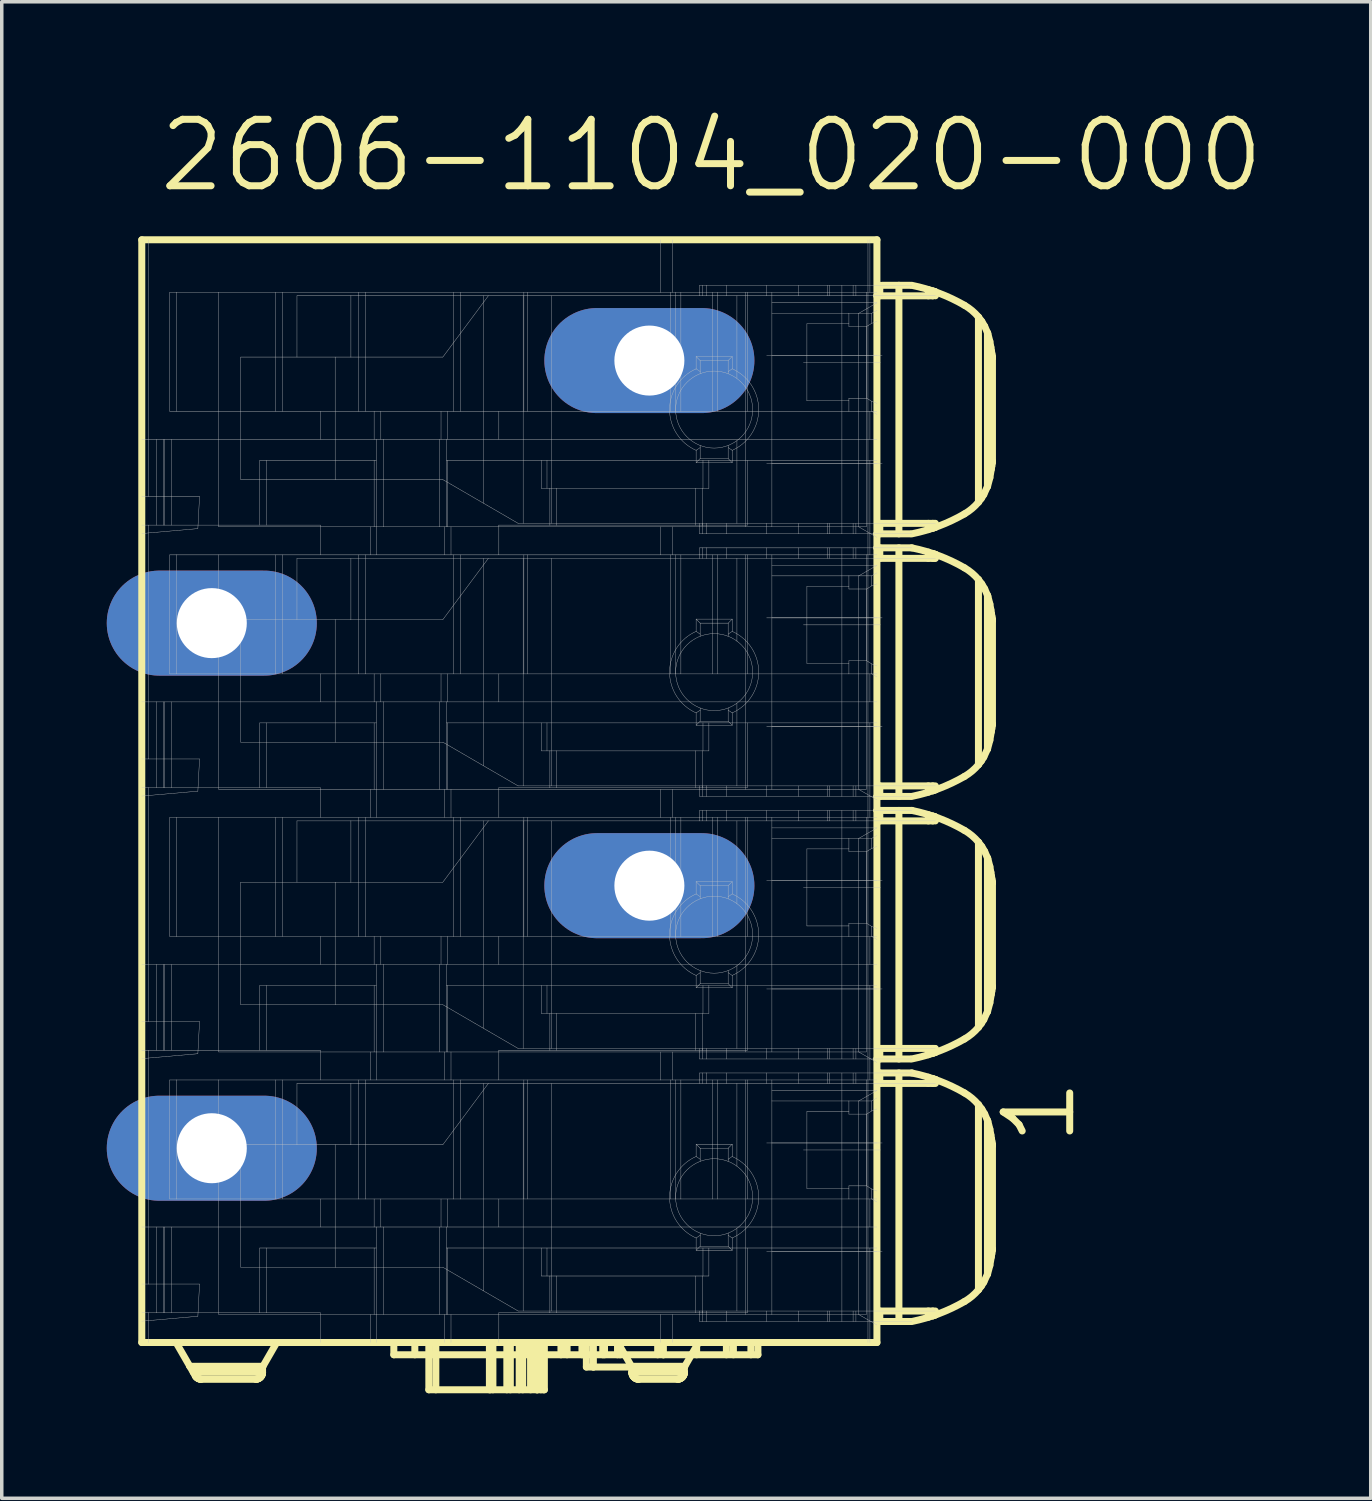
<source format=kicad_pcb>
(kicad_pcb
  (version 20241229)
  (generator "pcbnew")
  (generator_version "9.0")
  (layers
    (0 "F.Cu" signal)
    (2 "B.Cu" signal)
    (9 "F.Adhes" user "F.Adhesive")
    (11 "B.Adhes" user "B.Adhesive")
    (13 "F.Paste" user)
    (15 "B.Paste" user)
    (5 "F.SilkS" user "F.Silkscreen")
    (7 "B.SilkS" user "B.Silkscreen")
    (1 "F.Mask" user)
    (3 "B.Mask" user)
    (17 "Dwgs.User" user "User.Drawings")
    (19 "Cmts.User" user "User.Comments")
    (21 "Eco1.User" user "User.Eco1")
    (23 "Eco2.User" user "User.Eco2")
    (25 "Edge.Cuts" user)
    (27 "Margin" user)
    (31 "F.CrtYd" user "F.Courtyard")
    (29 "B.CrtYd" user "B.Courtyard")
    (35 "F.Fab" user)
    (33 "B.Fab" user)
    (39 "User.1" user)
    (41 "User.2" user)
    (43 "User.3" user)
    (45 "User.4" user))
  (footprint "2606-1104_020-000"
    (layer "F.Cu")
    (at 13.15 20.225)
    (property "Reference" "2606-1104_020-000" (at -11.75 -17.725 0) (layer "F.SilkS") (effects (font (size 1.9 1.9) (thickness 0.2)) (justify left bottom)))
    (attr through_hole)
    (fp_line (start -12.15 15.075) (end -12.15 -16.425) (stroke (width 0.2) (type solid)) (layer "F.SilkS"))
    (fp_line (start -10.778 15.754) (end -11.17 15.075) (stroke (width 0.2) (type solid)) (layer "F.SilkS"))
    (fp_line (start -10.622 16.025) (end -10.778 15.754) (stroke (width 0.2) (type solid)) (layer "F.SilkS"))
    (fp_line (start -10.612 16.04) (end -10.622 16.025) (stroke (width 0.2) (type solid)) (layer "F.SilkS"))
    (fp_line (start -10.602 16.054) (end -10.612 16.04) (stroke (width 0.2) (type solid)) (layer "F.SilkS"))
    (fp_line (start -10.59 16.066) (end -10.602 16.054) (stroke (width 0.2) (type solid)) (layer "F.SilkS"))
    (fp_line (start -10.577 16.078) (end -10.59 16.066) (stroke (width 0.2) (type solid)) (layer "F.SilkS"))
    (fp_line (start -10.563 16.089) (end -10.577 16.078) (stroke (width 0.2) (type solid)) (layer "F.SilkS"))
    (fp_line (start -10.548 16.098) (end -10.563 16.089) (stroke (width 0.2) (type solid)) (layer "F.SilkS"))
    (fp_line (start -10.533 16.106) (end -10.548 16.098) (stroke (width 0.2) (type solid)) (layer "F.SilkS"))
    (fp_line (start -10.517 16.113) (end -10.533 16.106) (stroke (width 0.2) (type solid)) (layer "F.SilkS"))
    (fp_line (start -10.5 16.118) (end -10.517 16.113) (stroke (width 0.2) (type solid)) (layer "F.SilkS"))
    (fp_line (start -10.483 16.122) (end -10.5 16.118) (stroke (width 0.2) (type solid)) (layer "F.SilkS"))
    (fp_line (start -10.466 16.124) (end -10.483 16.122) (stroke (width 0.2) (type solid)) (layer "F.SilkS"))
    (fp_line (start -10.448 16.125) (end -10.466 16.124) (stroke (width 0.2) (type solid)) (layer "F.SilkS"))
    (fp_line (start -8.9 16.125) (end -10.448 16.125) (stroke (width 0.2) (type solid)) (layer "F.SilkS"))
    (fp_line (start -8.883 16.124) (end -8.9 16.125) (stroke (width 0.2) (type solid)) (layer "F.SilkS"))
    (fp_line (start -8.865 16.122) (end -8.883 16.124) (stroke (width 0.2) (type solid)) (layer "F.SilkS"))
    (fp_line (start -8.848 16.118) (end -8.865 16.122) (stroke (width 0.2) (type solid)) (layer "F.SilkS"))
    (fp_line (start -8.832 16.113) (end -8.848 16.118) (stroke (width 0.2) (type solid)) (layer "F.SilkS"))
    (fp_line (start -8.815 16.106) (end -8.832 16.113) (stroke (width 0.2) (type solid)) (layer "F.SilkS"))
    (fp_line (start -8.8 16.098) (end -8.815 16.106) (stroke (width 0.2) (type solid)) (layer "F.SilkS"))
    (fp_line (start -8.785 16.089) (end -8.8 16.098) (stroke (width 0.2) (type solid)) (layer "F.SilkS"))
    (fp_line (start -8.771 16.078) (end -8.785 16.089) (stroke (width 0.2) (type solid)) (layer "F.SilkS"))
    (fp_line (start -8.759 16.066) (end -8.771 16.078) (stroke (width 0.2) (type solid)) (layer "F.SilkS"))
    (fp_line (start -8.747 16.054) (end -8.759 16.066) (stroke (width 0.2) (type solid)) (layer "F.SilkS"))
    (fp_line (start -8.736 16.04) (end -8.747 16.054) (stroke (width 0.2) (type solid)) (layer "F.SilkS"))
    (fp_line (start -8.727 16.025) (end -8.736 16.04) (stroke (width 0.2) (type solid)) (layer "F.SilkS"))
    (fp_line (start -8.719 16.01) (end -8.727 16.025) (stroke (width 0.2) (type solid)) (layer "F.SilkS"))
    (fp_line (start -8.712 15.993) (end -8.719 16.01) (stroke (width 0.2) (type solid)) (layer "F.SilkS"))
    (fp_line (start -8.707 15.977) (end -8.712 15.993) (stroke (width 0.2) (type solid)) (layer "F.SilkS"))
    (fp_line (start -8.703 15.96) (end -8.707 15.977) (stroke (width 0.2) (type solid)) (layer "F.SilkS"))
    (fp_line (start -8.701 15.942) (end -8.703 15.96) (stroke (width 0.2) (type solid)) (layer "F.SilkS"))
    (fp_line (start -8.7 15.775) (end -8.296 15.075) (stroke (width 0.2) (type solid)) (layer "F.SilkS"))
    (fp_line (start -8.7 15.925) (end -10.679 15.925) (stroke (width 0.2) (type solid)) (layer "F.SilkS"))
    (fp_line (start -8.7 15.925) (end -8.701 15.942) (stroke (width 0.2) (type solid)) (layer "F.SilkS"))
    (fp_line (start -8.7 15.925) (end -8.7 15.775) (stroke (width 0.2) (type solid)) (layer "F.SilkS"))
    (fp_line (start -8.688 15.754) (end -10.778 15.754) (stroke (width 0.2) (type solid)) (layer "F.SilkS"))
    (fp_line (start -4.95 15.425) (end -4.95 15.075) (stroke (width 0.2) (type solid)) (layer "F.SilkS"))
    (fp_line (start -4.35 15.425) (end -4.35 15.075) (stroke (width 0.2) (type solid)) (layer "F.SilkS"))
    (fp_line (start -3.95 16.425) (end -3.95 15.075) (stroke (width 0.2) (type solid)) (layer "F.SilkS"))
    (fp_line (start -3.932 15.425) (end -3.932 15.075) (stroke (width 0.2) (type solid)) (layer "F.SilkS"))
    (fp_line (start -3.75 16.425) (end -3.75 15.075) (stroke (width 0.2) (type solid)) (layer "F.SilkS"))
    (fp_line (start -2.22 15.075) (end -2.22 16.425) (stroke (width 0.2) (type solid)) (layer "F.SilkS"))
    (fp_line (start -2.193 16.425) (end -2.193 15.075) (stroke (width 0.2) (type solid)) (layer "F.SilkS"))
    (fp_line (start -2.12 16.425) (end -2.12 15.075) (stroke (width 0.2) (type solid)) (layer "F.SilkS"))
    (fp_line (start -1.722 16.425) (end -1.722 15.075) (stroke (width 0.2) (type solid)) (layer "F.SilkS"))
    (fp_line (start -1.622 16.425) (end -1.622 15.075) (stroke (width 0.2) (type solid)) (layer "F.SilkS"))
    (fp_line (start -1.369 16.425) (end -1.369 15.075) (stroke (width 0.2) (type solid)) (layer "F.SilkS"))
    (fp_line (start -1.268 16.425) (end -1.268 15.075) (stroke (width 0.2) (type solid)) (layer "F.SilkS"))
    (fp_line (start -1.25 15.425) (end -1.25 15.075) (stroke (width 0.2) (type solid)) (layer "F.SilkS"))
    (fp_line (start -1.113 15.425) (end -1.113 15.075) (stroke (width 0.2) (type solid)) (layer "F.SilkS"))
    (fp_line (start -1.044 16.425) (end -1.044 15.075) (stroke (width 0.2) (type solid)) (layer "F.SilkS"))
    (fp_line (start -0.871 16.425) (end -0.871 15.075) (stroke (width 0.2) (type solid)) (layer "F.SilkS"))
    (fp_line (start -0.85 16.425) (end -3.95 16.425) (stroke (width 0.2) (type solid)) (layer "F.SilkS"))
    (fp_line (start -0.85 16.425) (end -0.85 15.075) (stroke (width 0.2) (type solid)) (layer "F.SilkS"))
    (fp_line (start -0.75 16.425) (end -0.75 15.075) (stroke (width 0.2) (type solid)) (layer "F.SilkS"))
    (fp_line (start -0.689 15.425) (end -0.689 15.075) (stroke (width 0.2) (type solid)) (layer "F.SilkS"))
    (fp_line (start -0.677 16.425) (end -0.677 15.075) (stroke (width 0.2) (type solid)) (layer "F.SilkS"))
    (fp_line (start -0.65 16.425) (end -0.85 16.425) (stroke (width 0.2) (type solid)) (layer "F.SilkS"))
    (fp_line (start -0.65 16.425) (end -0.65 15.075) (stroke (width 0.2) (type solid)) (layer "F.SilkS"))
    (fp_line (start -0.176 15.075) (end -0.176 15.425) (stroke (width 0.2) (type solid)) (layer "F.SilkS"))
    (fp_line (start -0.001 15.425) (end -0.001 15.075) (stroke (width 0.2) (type solid)) (layer "F.SilkS"))
    (fp_line (start 0.424 15.425) (end 0.424 15.075) (stroke (width 0.2) (type solid)) (layer "F.SilkS"))
    (fp_line (start 0.55 15.775) (end 0.55 15.075) (stroke (width 0.2) (type solid)) (layer "F.SilkS"))
    (fp_line (start 0.75 15.775) (end 0.55 15.775) (stroke (width 0.2) (type solid)) (layer "F.SilkS"))
    (fp_line (start 0.75 15.775) (end 0.75 15.075) (stroke (width 0.2) (type solid)) (layer "F.SilkS"))
    (fp_line (start 1.018 15.425) (end 1.018 15.075) (stroke (width 0.2) (type solid)) (layer "F.SilkS"))
    (fp_line (start 1.068 15.425) (end 1.068 15.075) (stroke (width 0.2) (type solid)) (layer "F.SilkS"))
    (fp_line (start 1.44 15.425) (end 1.44 15.075) (stroke (width 0.2) (type solid)) (layer "F.SilkS"))
    (fp_line (start 1.446 15.075) (end 1.648 15.425) (stroke (width 0.2) (type solid)) (layer "F.SilkS"))
    (fp_line (start 1.513 15.425) (end 1.513 15.075) (stroke (width 0.2) (type solid)) (layer "F.SilkS"))
    (fp_line (start 1.648 15.425) (end 1.85 15.775) (stroke (width 0.2) (type solid)) (layer "F.SilkS"))
    (fp_line (start 1.85 15.775) (end 0.75 15.775) (stroke (width 0.2) (type solid)) (layer "F.SilkS"))
    (fp_line (start 1.85 15.775) (end 1.85 15.925) (stroke (width 0.2) (type solid)) (layer "F.SilkS"))
    (fp_line (start 1.851 15.942) (end 1.85 15.925) (stroke (width 0.2) (type solid)) (layer "F.SilkS"))
    (fp_line (start 1.853 15.96) (end 1.851 15.942) (stroke (width 0.2) (type solid)) (layer "F.SilkS"))
    (fp_line (start 1.857 15.977) (end 1.853 15.96) (stroke (width 0.2) (type solid)) (layer "F.SilkS"))
    (fp_line (start 1.862 15.993) (end 1.857 15.977) (stroke (width 0.2) (type solid)) (layer "F.SilkS"))
    (fp_line (start 1.869 16.01) (end 1.862 15.993) (stroke (width 0.2) (type solid)) (layer "F.SilkS"))
    (fp_line (start 1.877 16.025) (end 1.869 16.01) (stroke (width 0.2) (type solid)) (layer "F.SilkS"))
    (fp_line (start 1.886 16.04) (end 1.877 16.025) (stroke (width 0.2) (type solid)) (layer "F.SilkS"))
    (fp_line (start 1.897 16.054) (end 1.886 16.04) (stroke (width 0.2) (type solid)) (layer "F.SilkS"))
    (fp_line (start 1.909 16.066) (end 1.897 16.054) (stroke (width 0.2) (type solid)) (layer "F.SilkS"))
    (fp_line (start 1.921 16.078) (end 1.909 16.066) (stroke (width 0.2) (type solid)) (layer "F.SilkS"))
    (fp_line (start 1.935 16.089) (end 1.921 16.078) (stroke (width 0.2) (type solid)) (layer "F.SilkS"))
    (fp_line (start 1.95 16.098) (end 1.935 16.089) (stroke (width 0.2) (type solid)) (layer "F.SilkS"))
    (fp_line (start 1.965 16.106) (end 1.95 16.098) (stroke (width 0.2) (type solid)) (layer "F.SilkS"))
    (fp_line (start 1.982 16.113) (end 1.965 16.106) (stroke (width 0.2) (type solid)) (layer "F.SilkS"))
    (fp_line (start 1.998 16.118) (end 1.982 16.113) (stroke (width 0.2) (type solid)) (layer "F.SilkS"))
    (fp_line (start 2.015 16.122) (end 1.998 16.118) (stroke (width 0.2) (type solid)) (layer "F.SilkS"))
    (fp_line (start 2.033 16.124) (end 2.015 16.122) (stroke (width 0.2) (type solid)) (layer "F.SilkS"))
    (fp_line (start 2.05 16.125) (end 2.033 16.124) (stroke (width 0.2) (type solid)) (layer "F.SilkS"))
    (fp_line (start 2.587 15.425) (end 2.587 15.075) (stroke (width 0.2) (type solid)) (layer "F.SilkS"))
    (fp_line (start 2.75 15.425) (end -4.95 15.425) (stroke (width 0.2) (type solid)) (layer "F.SilkS"))
    (fp_line (start 2.75 15.425) (end 2.75 15.075) (stroke (width 0.2) (type solid)) (layer "F.SilkS"))
    (fp_line (start 3.15 16.125) (end 2.05 16.125) (stroke (width 0.2) (type solid)) (layer "F.SilkS"))
    (fp_line (start 3.167 16.124) (end 3.15 16.125) (stroke (width 0.2) (type solid)) (layer "F.SilkS"))
    (fp_line (start 3.185 16.122) (end 3.167 16.124) (stroke (width 0.2) (type solid)) (layer "F.SilkS"))
    (fp_line (start 3.202 16.118) (end 3.185 16.122) (stroke (width 0.2) (type solid)) (layer "F.SilkS"))
    (fp_line (start 3.218 16.113) (end 3.202 16.118) (stroke (width 0.2) (type solid)) (layer "F.SilkS"))
    (fp_line (start 3.235 16.106) (end 3.218 16.113) (stroke (width 0.2) (type solid)) (layer "F.SilkS"))
    (fp_line (start 3.25 16.098) (end 3.235 16.106) (stroke (width 0.2) (type solid)) (layer "F.SilkS"))
    (fp_line (start 3.265 16.089) (end 3.25 16.098) (stroke (width 0.2) (type solid)) (layer "F.SilkS"))
    (fp_line (start 3.279 16.078) (end 3.265 16.089) (stroke (width 0.2) (type solid)) (layer "F.SilkS"))
    (fp_line (start 3.291 16.066) (end 3.279 16.078) (stroke (width 0.2) (type solid)) (layer "F.SilkS"))
    (fp_line (start 3.303 16.054) (end 3.291 16.066) (stroke (width 0.2) (type solid)) (layer "F.SilkS"))
    (fp_line (start 3.314 16.04) (end 3.303 16.054) (stroke (width 0.2) (type solid)) (layer "F.SilkS"))
    (fp_line (start 3.323 16.025) (end 3.314 16.04) (stroke (width 0.2) (type solid)) (layer "F.SilkS"))
    (fp_line (start 3.331 16.01) (end 3.323 16.025) (stroke (width 0.2) (type solid)) (layer "F.SilkS"))
    (fp_line (start 3.338 15.993) (end 3.331 16.01) (stroke (width 0.2) (type solid)) (layer "F.SilkS"))
    (fp_line (start 3.343 15.977) (end 3.338 15.993) (stroke (width 0.2) (type solid)) (layer "F.SilkS"))
    (fp_line (start 3.347 15.96) (end 3.343 15.977) (stroke (width 0.2) (type solid)) (layer "F.SilkS"))
    (fp_line (start 3.349 15.942) (end 3.347 15.96) (stroke (width 0.2) (type solid)) (layer "F.SilkS"))
    (fp_line (start 3.35 15.775) (end 3.552 15.425) (stroke (width 0.2) (type solid)) (layer "F.SilkS"))
    (fp_line (start 3.35 15.925) (end 1.85 15.925) (stroke (width 0.2) (type solid)) (layer "F.SilkS"))
    (fp_line (start 3.35 15.925) (end 3.349 15.942) (stroke (width 0.2) (type solid)) (layer "F.SilkS"))
    (fp_line (start 3.35 15.925) (end 3.35 15.775) (stroke (width 0.2) (type solid)) (layer "F.SilkS"))
    (fp_line (start 3.362 15.754) (end 1.838 15.754) (stroke (width 0.2) (type solid)) (layer "F.SilkS"))
    (fp_line (start 3.552 15.425) (end 3.754 15.075) (stroke (width 0.2) (type solid)) (layer "F.SilkS"))
    (fp_line (start 3.7 15.425) (end 3.7 15.075) (stroke (width 0.2) (type solid)) (layer "F.SilkS"))
    (fp_line (start 4.55 15.425) (end 4.55 15.075) (stroke (width 0.2) (type solid)) (layer "F.SilkS"))
    (fp_line (start 4.75 15.425) (end 4.75 15.075) (stroke (width 0.2) (type solid)) (layer "F.SilkS"))
    (fp_line (start 5.25 15.425) (end 5.25 15.075) (stroke (width 0.2) (type solid)) (layer "F.SilkS"))
    (fp_line (start 5.45 15.425) (end 2.75 15.425) (stroke (width 0.2) (type solid)) (layer "F.SilkS"))
    (fp_line (start 5.45 15.425) (end 5.45 15.075) (stroke (width 0.2) (type solid)) (layer "F.SilkS"))
    (fp_line (start 8.85 -16.425) (end -12.15 -16.425) (stroke (width 0.2) (type solid)) (layer "F.SilkS"))
    (fp_line (start 8.85 -14.825) (end 8.85 -16.425) (stroke (width 0.2) (type solid)) (layer "F.SilkS"))
    (fp_line (start 8.85 -14.825) (end 10.45 -14.825) (stroke (width 0.2) (type solid)) (layer "F.SilkS"))
    (fp_line (start 8.85 -8.025) (end 8.85 -14.825) (stroke (width 0.2) (type solid)) (layer "F.SilkS"))
    (fp_line (start 8.85 -8.025) (end 9.8 -8.025) (stroke (width 0.2) (type solid)) (layer "F.SilkS"))
    (fp_line (start 8.85 -7.625) (end 8.85 -8.025) (stroke (width 0.2) (type solid)) (layer "F.SilkS"))
    (fp_line (start 8.85 -7.625) (end 9.85 -7.625) (stroke (width 0.2) (type solid)) (layer "F.SilkS"))
    (fp_line (start 8.85 -0.525) (end 8.85 -7.625) (stroke (width 0.2) (type solid)) (layer "F.SilkS"))
    (fp_line (start 8.85 -0.525) (end 9.8 -0.525) (stroke (width 0.2) (type solid)) (layer "F.SilkS"))
    (fp_line (start 8.85 -0.125) (end 8.85 -0.525) (stroke (width 0.2) (type solid)) (layer "F.SilkS"))
    (fp_line (start 8.85 -0.125) (end 9.85 -0.125) (stroke (width 0.2) (type solid)) (layer "F.SilkS"))
    (fp_line (start 8.85 6.975) (end 8.85 -0.125) (stroke (width 0.2) (type solid)) (layer "F.SilkS"))
    (fp_line (start 8.85 6.975) (end 9.8 6.975) (stroke (width 0.2) (type solid)) (layer "F.SilkS"))
    (fp_line (start 8.85 15.075) (end -12.15 15.075) (stroke (width 0.2) (type solid)) (layer "F.SilkS"))
    (fp_line (start 8.85 15.075) (end 8.85 6.975) (stroke (width 0.2) (type solid)) (layer "F.SilkS"))
    (fp_line (start 8.9 -8.325) (end 10.5 -8.325) (stroke (width 0.2) (type solid)) (layer "F.SilkS"))
    (fp_line (start 8.9 -7.325) (end 10.5 -7.325) (stroke (width 0.2) (type solid)) (layer "F.SilkS"))
    (fp_line (start 8.9 -0.825) (end 10.45 -0.825) (stroke (width 0.2) (type solid)) (layer "F.SilkS"))
    (fp_line (start 8.9 0.175) (end 10.45 0.175) (stroke (width 0.2) (type solid)) (layer "F.SilkS"))
    (fp_line (start 8.9 6.675) (end 10.5 6.675) (stroke (width 0.2) (type solid)) (layer "F.SilkS"))
    (fp_line (start 8.9 7.375) (end 9.85 7.375) (stroke (width 0.2) (type solid)) (layer "F.SilkS"))
    (fp_line (start 8.9 7.675) (end 10.45 7.675) (stroke (width 0.2) (type solid)) (layer "F.SilkS"))
    (fp_line (start 8.9 14.175) (end 10.45 14.175) (stroke (width 0.2) (type solid)) (layer "F.SilkS"))
    (fp_line (start 8.9 14.475) (end 9.8 14.475) (stroke (width 0.2) (type solid)) (layer "F.SilkS"))
    (fp_line (start 8.932 -14.825) (end 8.932 -15.125) (stroke (width 0.2) (type solid)) (layer "F.SilkS"))
    (fp_line (start 8.932 -8.025) (end 8.932 -8.325) (stroke (width 0.2) (type solid)) (layer "F.SilkS"))
    (fp_line (start 8.932 -7.325) (end 8.932 -7.625) (stroke (width 0.2) (type solid)) (layer "F.SilkS"))
    (fp_line (start 8.932 -0.525) (end 8.932 -0.825) (stroke (width 0.2) (type solid)) (layer "F.SilkS"))
    (fp_line (start 8.932 0.175) (end 8.932 -0.125) (stroke (width 0.2) (type solid)) (layer "F.SilkS"))
    (fp_line (start 8.932 6.975) (end 8.932 6.675) (stroke (width 0.2) (type solid)) (layer "F.SilkS"))
    (fp_line (start 8.932 7.675) (end 8.932 7.375) (stroke (width 0.2) (type solid)) (layer "F.SilkS"))
    (fp_line (start 8.932 14.475) (end 8.932 14.175) (stroke (width 0.2) (type solid)) (layer "F.SilkS"))
    (fp_line (start 9 -15.125) (end 9.8 -15.125) (stroke (width 0.2) (type solid)) (layer "F.SilkS"))
    (fp_line (start 9.478 -8.025) (end 9.478 -15.125) (stroke (width 0.2) (type solid)) (layer "F.SilkS"))
    (fp_line (start 9.478 -0.525) (end 9.478 -7.625) (stroke (width 0.2) (type solid)) (layer "F.SilkS"))
    (fp_line (start 9.478 6.975) (end 9.478 -0.125) (stroke (width 0.2) (type solid)) (layer "F.SilkS"))
    (fp_line (start 9.478 14.475) (end 9.478 7.375) (stroke (width 0.2) (type solid)) (layer "F.SilkS"))
    (fp_line (start 10.319 -14.825) (end 10.319 -15.004) (stroke (width 0.2) (type solid)) (layer "F.SilkS"))
    (fp_line (start 10.319 -8.146) (end 10.319 -8.325) (stroke (width 0.2) (type solid)) (layer "F.SilkS"))
    (fp_line (start 10.319 -7.325) (end 10.319 -7.504) (stroke (width 0.2) (type solid)) (layer "F.SilkS"))
    (fp_line (start 10.319 -0.646) (end 10.319 -0.825) (stroke (width 0.2) (type solid)) (layer "F.SilkS"))
    (fp_line (start 10.319 0.175) (end 10.319 -0.004) (stroke (width 0.2) (type solid)) (layer "F.SilkS"))
    (fp_line (start 10.319 6.854) (end 10.319 6.675) (stroke (width 0.2) (type solid)) (layer "F.SilkS"))
    (fp_line (start 10.319 7.675) (end 10.319 7.496) (stroke (width 0.2) (type solid)) (layer "F.SilkS"))
    (fp_line (start 10.319 14.354) (end 10.319 14.175) (stroke (width 0.2) (type solid)) (layer "F.SilkS"))
    (fp_line (start 10.447 -14.825) (end 10.447 -14.963) (stroke (width 0.2) (type solid)) (layer "F.SilkS"))
    (fp_line (start 10.447 -8.187) (end 10.447 -8.325) (stroke (width 0.2) (type solid)) (layer "F.SilkS"))
    (fp_line (start 10.447 -8.187) (end 10.519 -8.212) (stroke (width 0.2) (type solid)) (layer "F.SilkS"))
    (fp_line (start 10.447 -7.325) (end 10.447 -7.463) (stroke (width 0.2) (type solid)) (layer "F.SilkS"))
    (fp_line (start 10.447 -0.687) (end 10.447 -0.825) (stroke (width 0.2) (type solid)) (layer "F.SilkS"))
    (fp_line (start 10.447 -0.687) (end 10.519 -0.712) (stroke (width 0.2) (type solid)) (layer "F.SilkS"))
    (fp_line (start 10.447 0.175) (end 10.447 0.037) (stroke (width 0.2) (type solid)) (layer "F.SilkS"))
    (fp_line (start 10.447 6.813) (end 10.447 6.675) (stroke (width 0.2) (type solid)) (layer "F.SilkS"))
    (fp_line (start 10.447 6.813) (end 10.519 6.788) (stroke (width 0.2) (type solid)) (layer "F.SilkS"))
    (fp_line (start 10.447 7.675) (end 10.447 7.537) (stroke (width 0.2) (type solid)) (layer "F.SilkS"))
    (fp_line (start 10.447 14.313) (end 10.447 14.175) (stroke (width 0.2) (type solid)) (layer "F.SilkS"))
    (fp_line (start 10.447 14.313) (end 10.519 14.288) (stroke (width 0.2) (type solid)) (layer "F.SilkS"))
    (fp_line (start 10.519 -14.938) (end 10.447 -14.963) (stroke (width 0.2) (type solid)) (layer "F.SilkS"))
    (fp_line (start 10.519 -14.938) (end 10.519 -14.939) (stroke (width 0.2) (type solid)) (layer "F.SilkS"))
    (fp_line (start 10.519 -14.825) (end 10.519 -14.938) (stroke (width 0.2) (type solid)) (layer "F.SilkS"))
    (fp_line (start 10.519 -8.211) (end 10.519 -8.325) (stroke (width 0.2) (type solid)) (layer "F.SilkS"))
    (fp_line (start 10.519 -7.438) (end 10.447 -7.463) (stroke (width 0.2) (type solid)) (layer "F.SilkS"))
    (fp_line (start 10.519 -7.438) (end 10.519 -7.439) (stroke (width 0.2) (type solid)) (layer "F.SilkS"))
    (fp_line (start 10.519 -7.325) (end 10.519 -7.438) (stroke (width 0.2) (type solid)) (layer "F.SilkS"))
    (fp_line (start 10.519 -0.711) (end 10.519 -0.825) (stroke (width 0.2) (type solid)) (layer "F.SilkS"))
    (fp_line (start 10.519 0.062) (end 10.447 0.037) (stroke (width 0.2) (type solid)) (layer "F.SilkS"))
    (fp_line (start 10.519 0.062) (end 10.519 0.061) (stroke (width 0.2) (type solid)) (layer "F.SilkS"))
    (fp_line (start 10.519 0.175) (end 10.519 0.062) (stroke (width 0.2) (type solid)) (layer "F.SilkS"))
    (fp_line (start 10.519 6.789) (end 10.519 6.675) (stroke (width 0.2) (type solid)) (layer "F.SilkS"))
    (fp_line (start 10.519 7.562) (end 10.447 7.537) (stroke (width 0.2) (type solid)) (layer "F.SilkS"))
    (fp_line (start 10.519 7.562) (end 10.519 7.561) (stroke (width 0.2) (type solid)) (layer "F.SilkS"))
    (fp_line (start 10.519 7.675) (end 10.519 7.562) (stroke (width 0.2) (type solid)) (layer "F.SilkS"))
    (fp_line (start 10.519 14.289) (end 10.519 14.175) (stroke (width 0.2) (type solid)) (layer "F.SilkS"))
    (fp_line (start 11.75 -14.219) (end 11.845 -14.093) (stroke (width 0.2) (type solid)) (layer "F.SilkS"))
    (fp_line (start 11.75 -8.931) (end 11.75 -14.219) (stroke (width 0.2) (type solid)) (layer "F.SilkS"))
    (fp_line (start 11.75 -6.719) (end 11.845 -6.593) (stroke (width 0.2) (type solid)) (layer "F.SilkS"))
    (fp_line (start 11.75 -1.431) (end 11.75 -6.719) (stroke (width 0.2) (type solid)) (layer "F.SilkS"))
    (fp_line (start 11.75 0.781) (end 11.845 0.907) (stroke (width 0.2) (type solid)) (layer "F.SilkS"))
    (fp_line (start 11.75 6.069) (end 11.75 0.781) (stroke (width 0.2) (type solid)) (layer "F.SilkS"))
    (fp_line (start 11.75 8.281) (end 11.845 8.407) (stroke (width 0.2) (type solid)) (layer "F.SilkS"))
    (fp_line (start 11.75 13.569) (end 11.75 8.281) (stroke (width 0.2) (type solid)) (layer "F.SilkS"))
    (fp_line (start 11.832 -9.038) (end 11.75 -8.931) (stroke (width 0.2) (type solid)) (layer "F.SilkS"))
    (fp_line (start 11.832 -1.538) (end 11.75 -1.431) (stroke (width 0.2) (type solid)) (layer "F.SilkS"))
    (fp_line (start 11.832 5.962) (end 11.75 6.069) (stroke (width 0.2) (type solid)) (layer "F.SilkS"))
    (fp_line (start 11.832 13.462) (end 11.75 13.569) (stroke (width 0.2) (type solid)) (layer "F.SilkS"))
    (fp_line (start 11.845 -14.093) (end 11.927 -13.955) (stroke (width 0.2) (type solid)) (layer "F.SilkS"))
    (fp_line (start 11.845 -6.593) (end 11.927 -6.455) (stroke (width 0.2) (type solid)) (layer "F.SilkS"))
    (fp_line (start 11.845 0.907) (end 11.927 1.045) (stroke (width 0.2) (type solid)) (layer "F.SilkS"))
    (fp_line (start 11.845 8.407) (end 11.927 8.545) (stroke (width 0.2) (type solid)) (layer "F.SilkS"))
    (fp_line (start 11.902 -9.148) (end 11.832 -9.038) (stroke (width 0.2) (type solid)) (layer "F.SilkS"))
    (fp_line (start 11.902 -1.648) (end 11.832 -1.538) (stroke (width 0.2) (type solid)) (layer "F.SilkS"))
    (fp_line (start 11.902 5.852) (end 11.832 5.962) (stroke (width 0.2) (type solid)) (layer "F.SilkS"))
    (fp_line (start 11.902 13.352) (end 11.832 13.462) (stroke (width 0.2) (type solid)) (layer "F.SilkS"))
    (fp_line (start 11.927 -13.955) (end 12.018 -13.746) (stroke (width 0.2) (type solid)) (layer "F.SilkS"))
    (fp_line (start 11.927 -6.455) (end 12.018 -6.246) (stroke (width 0.2) (type solid)) (layer "F.SilkS"))
    (fp_line (start 11.927 1.045) (end 12.018 1.254) (stroke (width 0.2) (type solid)) (layer "F.SilkS"))
    (fp_line (start 11.927 8.545) (end 12.018 8.754) (stroke (width 0.2) (type solid)) (layer "F.SilkS"))
    (fp_line (start 12.007 -9.374) (end 12.007 -13.776) (stroke (width 0.2) (type solid)) (layer "F.SilkS"))
    (fp_line (start 12.007 -1.874) (end 12.007 -6.276) (stroke (width 0.2) (type solid)) (layer "F.SilkS"))
    (fp_line (start 12.007 5.626) (end 12.007 1.224) (stroke (width 0.2) (type solid)) (layer "F.SilkS"))
    (fp_line (start 12.007 13.126) (end 12.007 8.724) (stroke (width 0.2) (type solid)) (layer "F.SilkS"))
    (fp_line (start 12.011 -9.385) (end 11.902 -9.148) (stroke (width 0.2) (type solid)) (layer "F.SilkS"))
    (fp_line (start 12.011 -1.885) (end 11.902 -1.648) (stroke (width 0.2) (type solid)) (layer "F.SilkS"))
    (fp_line (start 12.011 5.615) (end 11.902 5.852) (stroke (width 0.2) (type solid)) (layer "F.SilkS"))
    (fp_line (start 12.011 13.115) (end 11.902 13.352) (stroke (width 0.2) (type solid)) (layer "F.SilkS"))
    (fp_line (start 12.018 -13.746) (end 12.076 -13.521) (stroke (width 0.2) (type solid)) (layer "F.SilkS"))
    (fp_line (start 12.018 -6.246) (end 12.076 -6.021) (stroke (width 0.2) (type solid)) (layer "F.SilkS"))
    (fp_line (start 12.018 1.254) (end 12.076 1.479) (stroke (width 0.2) (type solid)) (layer "F.SilkS"))
    (fp_line (start 12.018 8.754) (end 12.076 8.979) (stroke (width 0.2) (type solid)) (layer "F.SilkS"))
    (fp_line (start 12.076 -13.521) (end 12.105 -13.355) (stroke (width 0.2) (type solid)) (layer "F.SilkS"))
    (fp_line (start 12.076 -9.629) (end 12.011 -9.385) (stroke (width 0.2) (type solid)) (layer "F.SilkS"))
    (fp_line (start 12.076 -6.021) (end 12.105 -5.855) (stroke (width 0.2) (type solid)) (layer "F.SilkS"))
    (fp_line (start 12.076 -2.129) (end 12.011 -1.885) (stroke (width 0.2) (type solid)) (layer "F.SilkS"))
    (fp_line (start 12.076 1.479) (end 12.105 1.645) (stroke (width 0.2) (type solid)) (layer "F.SilkS"))
    (fp_line (start 12.076 5.371) (end 12.011 5.615) (stroke (width 0.2) (type solid)) (layer "F.SilkS"))
    (fp_line (start 12.076 8.979) (end 12.105 9.145) (stroke (width 0.2) (type solid)) (layer "F.SilkS"))
    (fp_line (start 12.076 12.871) (end 12.011 13.115) (stroke (width 0.2) (type solid)) (layer "F.SilkS"))
    (fp_line (start 12.105 -13.355) (end 12.123 -13.243) (stroke (width 0.2) (type solid)) (layer "F.SilkS"))
    (fp_line (start 12.105 -5.855) (end 12.123 -5.743) (stroke (width 0.2) (type solid)) (layer "F.SilkS"))
    (fp_line (start 12.105 1.645) (end 12.123 1.757) (stroke (width 0.2) (type solid)) (layer "F.SilkS"))
    (fp_line (start 12.105 9.145) (end 12.123 9.257) (stroke (width 0.2) (type solid)) (layer "F.SilkS"))
    (fp_line (start 12.117 -9.872) (end 12.076 -9.629) (stroke (width 0.2) (type solid)) (layer "F.SilkS"))
    (fp_line (start 12.117 -2.372) (end 12.076 -2.129) (stroke (width 0.2) (type solid)) (layer "F.SilkS"))
    (fp_line (start 12.117 5.128) (end 12.076 5.371) (stroke (width 0.2) (type solid)) (layer "F.SilkS"))
    (fp_line (start 12.117 12.628) (end 12.076 12.871) (stroke (width 0.2) (type solid)) (layer "F.SilkS"))
    (fp_line (start 12.123 -13.243) (end 12.134 -13.169) (stroke (width 0.2) (type solid)) (layer "F.SilkS"))
    (fp_line (start 12.123 -5.743) (end 12.134 -5.669) (stroke (width 0.2) (type solid)) (layer "F.SilkS"))
    (fp_line (start 12.123 1.757) (end 12.134 1.831) (stroke (width 0.2) (type solid)) (layer "F.SilkS"))
    (fp_line (start 12.123 9.257) (end 12.134 9.331) (stroke (width 0.2) (type solid)) (layer "F.SilkS"))
    (fp_line (start 12.131 -9.96) (end 12.117 -9.872) (stroke (width 0.2) (type solid)) (layer "F.SilkS"))
    (fp_line (start 12.131 -2.46) (end 12.117 -2.372) (stroke (width 0.2) (type solid)) (layer "F.SilkS"))
    (fp_line (start 12.131 5.04) (end 12.117 5.128) (stroke (width 0.2) (type solid)) (layer "F.SilkS"))
    (fp_line (start 12.131 12.54) (end 12.117 12.628) (stroke (width 0.2) (type solid)) (layer "F.SilkS"))
    (fp_line (start 12.134 -13.169) (end 12.143 -13.105) (stroke (width 0.2) (type solid)) (layer "F.SilkS"))
    (fp_line (start 12.134 -5.669) (end 12.143 -5.605) (stroke (width 0.2) (type solid)) (layer "F.SilkS"))
    (fp_line (start 12.134 1.831) (end 12.143 1.895) (stroke (width 0.2) (type solid)) (layer "F.SilkS"))
    (fp_line (start 12.134 9.331) (end 12.143 9.395) (stroke (width 0.2) (type solid)) (layer "F.SilkS"))
    (fp_line (start 12.142 -10.04) (end 12.131 -9.96) (stroke (width 0.2) (type solid)) (layer "F.SilkS"))
    (fp_line (start 12.142 -2.54) (end 12.131 -2.46) (stroke (width 0.2) (type solid)) (layer "F.SilkS"))
    (fp_line (start 12.142 4.96) (end 12.131 5.04) (stroke (width 0.2) (type solid)) (layer "F.SilkS"))
    (fp_line (start 12.142 12.46) (end 12.131 12.54) (stroke (width 0.2) (type solid)) (layer "F.SilkS"))
    (fp_line (start 12.143 -13.105) (end 12.147 -13.076) (stroke (width 0.2) (type solid)) (layer "F.SilkS"))
    (fp_line (start 12.143 -5.605) (end 12.147 -5.576) (stroke (width 0.2) (type solid)) (layer "F.SilkS"))
    (fp_line (start 12.143 1.895) (end 12.147 1.924) (stroke (width 0.2) (type solid)) (layer "F.SilkS"))
    (fp_line (start 12.143 9.395) (end 12.147 9.424) (stroke (width 0.2) (type solid)) (layer "F.SilkS"))
    (fp_line (start 12.147 -13.076) (end 12.149 -13.06) (stroke (width 0.2) (type solid)) (layer "F.SilkS"))
    (fp_line (start 12.147 -5.576) (end 12.149 -5.56) (stroke (width 0.2) (type solid)) (layer "F.SilkS"))
    (fp_line (start 12.147 1.924) (end 12.149 1.94) (stroke (width 0.2) (type solid)) (layer "F.SilkS"))
    (fp_line (start 12.147 9.424) (end 12.149 9.44) (stroke (width 0.2) (type solid)) (layer "F.SilkS"))
    (fp_line (start 12.148 -10.078) (end 12.142 -10.04) (stroke (width 0.2) (type solid)) (layer "F.SilkS"))
    (fp_line (start 12.148 -2.578) (end 12.142 -2.54) (stroke (width 0.2) (type solid)) (layer "F.SilkS"))
    (fp_line (start 12.148 4.922) (end 12.142 4.96) (stroke (width 0.2) (type solid)) (layer "F.SilkS"))
    (fp_line (start 12.148 12.422) (end 12.142 12.46) (stroke (width 0.2) (type solid)) (layer "F.SilkS"))
    (fp_line (start 12.149 -13.06) (end 12.15 -13.055) (stroke (width 0.2) (type solid)) (layer "F.SilkS"))
    (fp_line (start 12.149 -5.56) (end 12.15 -5.555) (stroke (width 0.2) (type solid)) (layer "F.SilkS"))
    (fp_line (start 12.149 1.94) (end 12.15 1.945) (stroke (width 0.2) (type solid)) (layer "F.SilkS"))
    (fp_line (start 12.149 9.44) (end 12.15 9.445) (stroke (width 0.2) (type solid)) (layer "F.SilkS"))
    (fp_line (start 12.149 -10.091) (end 12.148 -10.078) (stroke (width 0.2) (type solid)) (layer "F.SilkS"))
    (fp_line (start 12.149 -2.591) (end 12.148 -2.578) (stroke (width 0.2) (type solid)) (layer "F.SilkS"))
    (fp_line (start 12.149 4.909) (end 12.148 4.922) (stroke (width 0.2) (type solid)) (layer "F.SilkS"))
    (fp_line (start 12.149 12.409) (end 12.148 12.422) (stroke (width 0.2) (type solid)) (layer "F.SilkS"))
    (fp_line (start 12.15 -13.055) (end 12.15 -13.055) (stroke (width 0.2) (type solid)) (layer "F.SilkS"))
    (fp_line (start 12.15 -5.555) (end 12.15 -5.555) (stroke (width 0.2) (type solid)) (layer "F.SilkS"))
    (fp_line (start 12.15 1.945) (end 12.15 1.945) (stroke (width 0.2) (type solid)) (layer "F.SilkS"))
    (fp_line (start 12.15 9.445) (end 12.15 9.445) (stroke (width 0.2) (type solid)) (layer "F.SilkS"))
    (fp_line (start 12.15 -10.095) (end 12.149 -10.091) (stroke (width 0.2) (type solid)) (layer "F.SilkS"))
    (fp_line (start 12.15 -10.095) (end 12.15 -13.055) (stroke (width 0.2) (type solid)) (layer "F.SilkS"))
    (fp_line (start 12.15 -2.595) (end 12.149 -2.591) (stroke (width 0.2) (type solid)) (layer "F.SilkS"))
    (fp_line (start 12.15 -2.595) (end 12.15 -5.555) (stroke (width 0.2) (type solid)) (layer "F.SilkS"))
    (fp_line (start 12.15 4.905) (end 12.149 4.909) (stroke (width 0.2) (type solid)) (layer "F.SilkS"))
    (fp_line (start 12.15 4.905) (end 12.15 1.945) (stroke (width 0.2) (type solid)) (layer "F.SilkS"))
    (fp_line (start 12.15 12.405) (end 12.149 12.409) (stroke (width 0.2) (type solid)) (layer "F.SilkS"))
    (fp_line (start 12.15 12.405) (end 12.15 9.445) (stroke (width 0.2) (type solid)) (layer "F.SilkS"))
    (fp_arc (start 9.844991 -15.125) (mid 10.620637 -14.900986) (end 11.350119 -14.555059) (stroke (width 0.2) (type solid)) (layer "F.SilkS"))
    (fp_arc (start 9.844991 -7.625) (mid 10.620637 -7.400986) (end 11.350119 -7.055059) (stroke (width 0.2) (type solid)) (layer "F.SilkS"))
    (fp_arc (start 9.844991 -0.125) (mid 10.620637 0.099014) (end 11.350119 0.444941) (stroke (width 0.2) (type solid)) (layer "F.SilkS"))
    (fp_arc (start 9.844991 7.375) (mid 10.620637 7.599014) (end 11.350119 7.944941) (stroke (width 0.2) (type solid)) (layer "F.SilkS"))
    (fp_arc (start 11.350119 -14.555059) (mid 11.564787 -14.404669) (end 11.75 -14.219209) (stroke (width 0.2) (type solid)) (layer "F.SilkS"))
    (fp_arc (start 11.350119 -8.594941) (mid 10.620637 -8.249013) (end 9.844991 -8.025) (stroke (width 0.2) (type solid)) (layer "F.SilkS"))
    (fp_arc (start 11.350119 -7.055059) (mid 11.564787 -6.904669) (end 11.75 -6.719209) (stroke (width 0.2) (type solid)) (layer "F.SilkS"))
    (fp_arc (start 11.350119 -1.094941) (mid 10.620637 -0.749013) (end 9.844991 -0.525) (stroke (width 0.2) (type solid)) (layer "F.SilkS"))
    (fp_arc (start 11.350119 0.444941) (mid 11.564787 0.595331) (end 11.75 0.780791) (stroke (width 0.2) (type solid)) (layer "F.SilkS"))
    (fp_arc (start 11.350119 6.405059) (mid 10.620637 6.750987) (end 9.844991 6.975) (stroke (width 0.2) (type solid)) (layer "F.SilkS"))
    (fp_arc (start 11.350119 7.944941) (mid 11.564787 8.095331) (end 11.75 8.280791) (stroke (width 0.2) (type solid)) (layer "F.SilkS"))
    (fp_arc (start 11.350119 13.905059) (mid 10.620637 14.250987) (end 9.844991 14.475) (stroke (width 0.2) (type solid)) (layer "F.SilkS"))
    (fp_arc (start 11.75 -8.930791) (mid 11.564787 -8.74533) (end 11.350119 -8.594941) (stroke (width 0.2) (type solid)) (layer "F.SilkS"))
    (fp_arc (start 11.75 -1.430791) (mid 11.564787 -1.24533) (end 11.350119 -1.094941) (stroke (width 0.2) (type solid)) (layer "F.SilkS"))
    (fp_arc (start 11.75 6.069209) (mid 11.564787 6.25467) (end 11.350119 6.405059) (stroke (width 0.2) (type solid)) (layer "F.SilkS"))
    (fp_arc (start 11.75 13.569209) (mid 11.564787 13.75467) (end 11.350119 13.905059) (stroke (width 0.2) (type solid)) (layer "F.SilkS"))
    (fp_line (start -12.15 -9.095) (end -11.95 -9.095) (stroke (width 0.01) (type solid)) (layer "Dwgs.User"))
    (fp_line (start -12.15 -1.595) (end -11.95 -1.595) (stroke (width 0.01) (type solid)) (layer "Dwgs.User"))
    (fp_line (start -12.15 5.905) (end -11.95 5.905) (stroke (width 0.01) (type solid)) (layer "Dwgs.User"))
    (fp_line (start -12.15 13.405) (end -11.95 13.405) (stroke (width 0.01) (type solid)) (layer "Dwgs.User"))
    (fp_line (start -11.95 -9.095) (end -11.95 -16.425) (stroke (width 0.01) (type solid)) (layer "Dwgs.User"))
    (fp_line (start -11.95 -9.095) (end -10.5 -9.095) (stroke (width 0.01) (type solid)) (layer "Dwgs.User"))
    (fp_line (start -11.95 -8.275) (end -12.15 -8.275) (stroke (width 0.01) (type solid)) (layer "Dwgs.User"))
    (fp_line (start -11.95 -1.595) (end -11.95 -8.275) (stroke (width 0.01) (type solid)) (layer "Dwgs.User"))
    (fp_line (start -11.95 -1.595) (end -10.5 -1.595) (stroke (width 0.01) (type solid)) (layer "Dwgs.User"))
    (fp_line (start -11.95 -0.775) (end -12.15 -0.775) (stroke (width 0.01) (type solid)) (layer "Dwgs.User"))
    (fp_line (start -11.95 5.905) (end -11.95 -0.775) (stroke (width 0.01) (type solid)) (layer "Dwgs.User"))
    (fp_line (start -11.95 5.905) (end -10.5 5.905) (stroke (width 0.01) (type solid)) (layer "Dwgs.User"))
    (fp_line (start -11.95 6.725) (end -12.15 6.725) (stroke (width 0.01) (type solid)) (layer "Dwgs.User"))
    (fp_line (start -11.95 13.405) (end -11.95 6.725) (stroke (width 0.01) (type solid)) (layer "Dwgs.User"))
    (fp_line (start -11.95 13.405) (end -10.5 13.405) (stroke (width 0.01) (type solid)) (layer "Dwgs.User"))
    (fp_line (start -11.95 14.225) (end -12.15 14.225) (stroke (width 0.01) (type solid)) (layer "Dwgs.User"))
    (fp_line (start -11.95 15.075) (end -11.95 14.225) (stroke (width 0.01) (type solid)) (layer "Dwgs.User"))
    (fp_line (start -11.728 -8.275) (end -11.728 -10.725) (stroke (width 0.01) (type solid)) (layer "Dwgs.User"))
    (fp_line (start -11.728 -3.225) (end -12.15 -3.225) (stroke (width 0.01) (type solid)) (layer "Dwgs.User"))
    (fp_line (start -11.728 -0.775) (end -11.728 -3.225) (stroke (width 0.01) (type solid)) (layer "Dwgs.User"))
    (fp_line (start -11.728 4.275) (end -12.15 4.275) (stroke (width 0.01) (type solid)) (layer "Dwgs.User"))
    (fp_line (start -11.728 6.725) (end -11.728 4.275) (stroke (width 0.01) (type solid)) (layer "Dwgs.User"))
    (fp_line (start -11.728 14.225) (end -11.95 14.225) (stroke (width 0.01) (type solid)) (layer "Dwgs.User"))
    (fp_line (start -11.728 14.225) (end -11.728 11.775) (stroke (width 0.01) (type solid)) (layer "Dwgs.User"))
    (fp_line (start -11.529 -8.275) (end -11.529 -10.725) (stroke (width 0.01) (type solid)) (layer "Dwgs.User"))
    (fp_line (start -11.529 -0.775) (end -11.529 -3.225) (stroke (width 0.01) (type solid)) (layer "Dwgs.User"))
    (fp_line (start -11.529 6.725) (end -11.529 4.275) (stroke (width 0.01) (type solid)) (layer "Dwgs.User"))
    (fp_line (start -11.529 14.225) (end -11.529 11.775) (stroke (width 0.01) (type solid)) (layer "Dwgs.User"))
    (fp_line (start -11.499 -8.275) (end -11.499 -10.725) (stroke (width 0.01) (type solid)) (layer "Dwgs.User"))
    (fp_line (start -11.499 -0.775) (end -11.499 -3.225) (stroke (width 0.01) (type solid)) (layer "Dwgs.User"))
    (fp_line (start -11.499 6.725) (end -11.499 4.275) (stroke (width 0.01) (type solid)) (layer "Dwgs.User"))
    (fp_line (start -11.499 14.225) (end -11.499 11.775) (stroke (width 0.01) (type solid)) (layer "Dwgs.User"))
    (fp_line (start -11.35 -11.525) (end -11.35 -14.925) (stroke (width 0.01) (type solid)) (layer "Dwgs.User"))
    (fp_line (start -11.35 -4.025) (end -11.35 -7.425) (stroke (width 0.01) (type solid)) (layer "Dwgs.User"))
    (fp_line (start -11.35 3.475) (end -11.35 0.075) (stroke (width 0.01) (type solid)) (layer "Dwgs.User"))
    (fp_line (start -11.35 10.975) (end -11.35 7.575) (stroke (width 0.01) (type solid)) (layer "Dwgs.User"))
    (fp_line (start -11.3 -8.275) (end -11.3 -10.725) (stroke (width 0.01) (type solid)) (layer "Dwgs.User"))
    (fp_line (start -11.3 -0.775) (end -11.3 -3.225) (stroke (width 0.01) (type solid)) (layer "Dwgs.User"))
    (fp_line (start -11.3 6.725) (end -11.3 4.275) (stroke (width 0.01) (type solid)) (layer "Dwgs.User"))
    (fp_line (start -11.3 14.225) (end -11.3 11.775) (stroke (width 0.01) (type solid)) (layer "Dwgs.User"))
    (fp_line (start -11.15 -14.925) (end -11.35 -14.925) (stroke (width 0.01) (type solid)) (layer "Dwgs.User"))
    (fp_line (start -11.15 -11.525) (end -11.15 -14.925) (stroke (width 0.01) (type solid)) (layer "Dwgs.User"))
    (fp_line (start -11.15 -7.425) (end -11.35 -7.425) (stroke (width 0.01) (type solid)) (layer "Dwgs.User"))
    (fp_line (start -11.15 -4.025) (end -11.15 -7.425) (stroke (width 0.01) (type solid)) (layer "Dwgs.User"))
    (fp_line (start -11.15 0.075) (end -11.35 0.075) (stroke (width 0.01) (type solid)) (layer "Dwgs.User"))
    (fp_line (start -11.15 3.475) (end -11.35 3.475) (stroke (width 0.01) (type solid)) (layer "Dwgs.User"))
    (fp_line (start -11.15 3.475) (end -11.15 0.075) (stroke (width 0.01) (type solid)) (layer "Dwgs.User"))
    (fp_line (start -11.15 7.575) (end -11.35 7.575) (stroke (width 0.01) (type solid)) (layer "Dwgs.User"))
    (fp_line (start -11.15 10.975) (end -11.35 10.975) (stroke (width 0.01) (type solid)) (layer "Dwgs.User"))
    (fp_line (start -11.15 10.975) (end -11.15 7.575) (stroke (width 0.01) (type solid)) (layer "Dwgs.User"))
    (fp_line (start -10.75 -6.225) (end -10.75 -4.725) (stroke (width 0.01) (type solid)) (layer "Dwgs.User"))
    (fp_line (start -10.75 -4.725) (end -9.55 -4.725) (stroke (width 0.01) (type solid)) (layer "Dwgs.User"))
    (fp_line (start -10.75 8.775) (end -10.75 10.275) (stroke (width 0.01) (type solid)) (layer "Dwgs.User"))
    (fp_line (start -10.75 10.275) (end -9.55 10.275) (stroke (width 0.01) (type solid)) (layer "Dwgs.User"))
    (fp_line (start -10.548 -8.175) (end -12.15 -8.035) (stroke (width 0.01) (type solid)) (layer "Dwgs.User"))
    (fp_line (start -10.548 -8.175) (end -10.5 -9.095) (stroke (width 0.01) (type solid)) (layer "Dwgs.User"))
    (fp_line (start -10.548 -0.675) (end -12.15 -0.535) (stroke (width 0.01) (type solid)) (layer "Dwgs.User"))
    (fp_line (start -10.548 -0.675) (end -10.5 -1.595) (stroke (width 0.01) (type solid)) (layer "Dwgs.User"))
    (fp_line (start -10.548 6.825) (end -12.15 6.965) (stroke (width 0.01) (type solid)) (layer "Dwgs.User"))
    (fp_line (start -10.548 6.825) (end -10.5 5.905) (stroke (width 0.01) (type solid)) (layer "Dwgs.User"))
    (fp_line (start -10.548 14.325) (end -12.15 14.465) (stroke (width 0.01) (type solid)) (layer "Dwgs.User"))
    (fp_line (start -10.548 14.325) (end -10.5 13.405) (stroke (width 0.01) (type solid)) (layer "Dwgs.User"))
    (fp_line (start -9.95 -14.925) (end -11.15 -14.925) (stroke (width 0.01) (type solid)) (layer "Dwgs.User"))
    (fp_line (start -9.95 -8.225) (end -9.95 -14.925) (stroke (width 0.01) (type solid)) (layer "Dwgs.User"))
    (fp_line (start -9.95 -7.425) (end -11.15 -7.425) (stroke (width 0.01) (type solid)) (layer "Dwgs.User"))
    (fp_line (start -9.95 -0.725) (end -9.95 -7.425) (stroke (width 0.01) (type solid)) (layer "Dwgs.User"))
    (fp_line (start -9.95 0.075) (end -11.15 0.075) (stroke (width 0.01) (type solid)) (layer "Dwgs.User"))
    (fp_line (start -9.95 6.775) (end -9.95 0.075) (stroke (width 0.01) (type solid)) (layer "Dwgs.User"))
    (fp_line (start -9.95 7.575) (end -11.15 7.575) (stroke (width 0.01) (type solid)) (layer "Dwgs.User"))
    (fp_line (start -9.95 14.275) (end -9.95 7.575) (stroke (width 0.01) (type solid)) (layer "Dwgs.User"))
    (fp_line (start -9.55 -6.225) (end -10.75 -6.225) (stroke (width 0.01) (type solid)) (layer "Dwgs.User"))
    (fp_line (start -9.55 -4.725) (end -9.55 -6.225) (stroke (width 0.01) (type solid)) (layer "Dwgs.User"))
    (fp_line (start -9.55 8.775) (end -10.75 8.775) (stroke (width 0.01) (type solid)) (layer "Dwgs.User"))
    (fp_line (start -9.55 10.275) (end -9.55 8.775) (stroke (width 0.01) (type solid)) (layer "Dwgs.User"))
    (fp_line (start -9.322 -9.575) (end -9.322 -13.075) (stroke (width 0.01) (type solid)) (layer "Dwgs.User"))
    (fp_line (start -9.322 -9.575) (end -6.626 -9.575) (stroke (width 0.01) (type solid)) (layer "Dwgs.User"))
    (fp_line (start -9.322 -2.075) (end -9.322 -5.575) (stroke (width 0.01) (type solid)) (layer "Dwgs.User"))
    (fp_line (start -9.322 -2.075) (end -6.626 -2.075) (stroke (width 0.01) (type solid)) (layer "Dwgs.User"))
    (fp_line (start -9.322 5.425) (end -9.322 1.925) (stroke (width 0.01) (type solid)) (layer "Dwgs.User"))
    (fp_line (start -9.322 5.425) (end -6.626 5.425) (stroke (width 0.01) (type solid)) (layer "Dwgs.User"))
    (fp_line (start -9.322 12.925) (end -9.322 9.425) (stroke (width 0.01) (type solid)) (layer "Dwgs.User"))
    (fp_line (start -9.322 12.925) (end -6.626 12.925) (stroke (width 0.01) (type solid)) (layer "Dwgs.User"))
    (fp_line (start -8.779 -10.125) (end -5.45 -10.125) (stroke (width 0.01) (type solid)) (layer "Dwgs.User"))
    (fp_line (start -8.779 -8.275) (end -8.779 -10.125) (stroke (width 0.01) (type solid)) (layer "Dwgs.User"))
    (fp_line (start -8.779 -2.625) (end -5.45 -2.625) (stroke (width 0.01) (type solid)) (layer "Dwgs.User"))
    (fp_line (start -8.779 -0.775) (end -8.779 -2.625) (stroke (width 0.01) (type solid)) (layer "Dwgs.User"))
    (fp_line (start -8.779 4.875) (end -5.45 4.875) (stroke (width 0.01) (type solid)) (layer "Dwgs.User"))
    (fp_line (start -8.779 6.725) (end -8.779 4.875) (stroke (width 0.01) (type solid)) (layer "Dwgs.User"))
    (fp_line (start -8.779 12.375) (end -5.45 12.375) (stroke (width 0.01) (type solid)) (layer "Dwgs.User"))
    (fp_line (start -8.779 14.225) (end -8.779 12.375) (stroke (width 0.01) (type solid)) (layer "Dwgs.User"))
    (fp_line (start -8.587 -8.275) (end -8.587 -10.125) (stroke (width 0.01) (type solid)) (layer "Dwgs.User"))
    (fp_line (start -8.587 -0.775) (end -8.587 -2.625) (stroke (width 0.01) (type solid)) (layer "Dwgs.User"))
    (fp_line (start -8.587 6.725) (end -8.587 4.875) (stroke (width 0.01) (type solid)) (layer "Dwgs.User"))
    (fp_line (start -8.587 14.225) (end -8.587 12.375) (stroke (width 0.01) (type solid)) (layer "Dwgs.User"))
    (fp_line (start -8.335 -11.525) (end -8.335 -14.925) (stroke (width 0.01) (type solid)) (layer "Dwgs.User"))
    (fp_line (start -8.335 -4.025) (end -8.335 -7.425) (stroke (width 0.01) (type solid)) (layer "Dwgs.User"))
    (fp_line (start -8.335 3.475) (end -8.335 0.075) (stroke (width 0.01) (type solid)) (layer "Dwgs.User"))
    (fp_line (start -8.335 10.975) (end -8.335 7.575) (stroke (width 0.01) (type solid)) (layer "Dwgs.User"))
    (fp_line (start -8.137 -11.525) (end -8.137 -14.925) (stroke (width 0.01) (type solid)) (layer "Dwgs.User"))
    (fp_line (start -8.137 -4.025) (end -8.137 -7.425) (stroke (width 0.01) (type solid)) (layer "Dwgs.User"))
    (fp_line (start -8.137 3.475) (end -8.137 0.075) (stroke (width 0.01) (type solid)) (layer "Dwgs.User"))
    (fp_line (start -8.137 10.975) (end -8.137 7.575) (stroke (width 0.01) (type solid)) (layer "Dwgs.User"))
    (fp_line (start -7.717 -14.825) (end -7.717 -13.075) (stroke (width 0.01) (type solid)) (layer "Dwgs.User"))
    (fp_line (start -7.717 -7.325) (end -7.717 -5.575) (stroke (width 0.01) (type solid)) (layer "Dwgs.User"))
    (fp_line (start -7.717 0.175) (end -7.717 1.925) (stroke (width 0.01) (type solid)) (layer "Dwgs.User"))
    (fp_line (start -7.717 7.675) (end -7.717 9.425) (stroke (width 0.01) (type solid)) (layer "Dwgs.User"))
    (fp_line (start -7.05 -10.725) (end -7.05 -11.525) (stroke (width 0.01) (type solid)) (layer "Dwgs.User"))
    (fp_line (start -7.05 -8.275) (end -11.95 -8.275) (stroke (width 0.01) (type solid)) (layer "Dwgs.User"))
    (fp_line (start -7.05 -7.425) (end -7.05 -8.275) (stroke (width 0.01) (type solid)) (layer "Dwgs.User"))
    (fp_line (start -7.05 -3.225) (end -7.05 -4.025) (stroke (width 0.01) (type solid)) (layer "Dwgs.User"))
    (fp_line (start -7.05 -0.775) (end -11.95 -0.775) (stroke (width 0.01) (type solid)) (layer "Dwgs.User"))
    (fp_line (start -7.05 0.075) (end -7.05 -0.775) (stroke (width 0.01) (type solid)) (layer "Dwgs.User"))
    (fp_line (start -7.05 4.275) (end -7.05 3.475) (stroke (width 0.01) (type solid)) (layer "Dwgs.User"))
    (fp_line (start -7.05 6.725) (end -11.95 6.725) (stroke (width 0.01) (type solid)) (layer "Dwgs.User"))
    (fp_line (start -7.05 7.575) (end -7.05 6.725) (stroke (width 0.01) (type solid)) (layer "Dwgs.User"))
    (fp_line (start -7.05 11.775) (end -7.05 10.975) (stroke (width 0.01) (type solid)) (layer "Dwgs.User"))
    (fp_line (start -7.05 14.225) (end -11.728 14.225) (stroke (width 0.01) (type solid)) (layer "Dwgs.User"))
    (fp_line (start -7.05 15.075) (end -7.05 14.225) (stroke (width 0.01) (type solid)) (layer "Dwgs.User"))
    (fp_line (start -6.626 -13.075) (end -9.322 -13.075) (stroke (width 0.01) (type solid)) (layer "Dwgs.User"))
    (fp_line (start -6.626 -9.575) (end -6.626 -13.075) (stroke (width 0.01) (type solid)) (layer "Dwgs.User"))
    (fp_line (start -6.626 -9.575) (end -3.55 -9.575) (stroke (width 0.01) (type solid)) (layer "Dwgs.User"))
    (fp_line (start -6.626 -5.575) (end -9.322 -5.575) (stroke (width 0.01) (type solid)) (layer "Dwgs.User"))
    (fp_line (start -6.626 -2.075) (end -6.626 -5.575) (stroke (width 0.01) (type solid)) (layer "Dwgs.User"))
    (fp_line (start -6.626 -2.075) (end -3.55 -2.075) (stroke (width 0.01) (type solid)) (layer "Dwgs.User"))
    (fp_line (start -6.626 1.925) (end -9.322 1.925) (stroke (width 0.01) (type solid)) (layer "Dwgs.User"))
    (fp_line (start -6.626 5.425) (end -6.626 1.925) (stroke (width 0.01) (type solid)) (layer "Dwgs.User"))
    (fp_line (start -6.626 5.425) (end -3.55 5.425) (stroke (width 0.01) (type solid)) (layer "Dwgs.User"))
    (fp_line (start -6.626 9.425) (end -9.322 9.425) (stroke (width 0.01) (type solid)) (layer "Dwgs.User"))
    (fp_line (start -6.626 12.925) (end -6.626 9.425) (stroke (width 0.01) (type solid)) (layer "Dwgs.User"))
    (fp_line (start -6.626 12.925) (end -3.55 12.925) (stroke (width 0.01) (type solid)) (layer "Dwgs.User"))
    (fp_line (start -6.176 -14.825) (end -7.717 -14.825) (stroke (width 0.01) (type solid)) (layer "Dwgs.User"))
    (fp_line (start -6.176 -14.825) (end -6.176 -13.075) (stroke (width 0.01) (type solid)) (layer "Dwgs.User"))
    (fp_line (start -6.176 -13.075) (end -6.626 -13.075) (stroke (width 0.01) (type solid)) (layer "Dwgs.User"))
    (fp_line (start -6.176 -7.325) (end -6.176 -5.575) (stroke (width 0.01) (type solid)) (layer "Dwgs.User"))
    (fp_line (start -6.176 -5.575) (end -6.626 -5.575) (stroke (width 0.01) (type solid)) (layer "Dwgs.User"))
    (fp_line (start -6.176 0.175) (end -7.717 0.175) (stroke (width 0.01) (type solid)) (layer "Dwgs.User"))
    (fp_line (start -6.176 0.175) (end -6.176 1.925) (stroke (width 0.01) (type solid)) (layer "Dwgs.User"))
    (fp_line (start -6.176 1.925) (end -6.626 1.925) (stroke (width 0.01) (type solid)) (layer "Dwgs.User"))
    (fp_line (start -6.176 7.675) (end -7.717 7.675) (stroke (width 0.01) (type solid)) (layer "Dwgs.User"))
    (fp_line (start -6.176 7.675) (end -6.176 9.425) (stroke (width 0.01) (type solid)) (layer "Dwgs.User"))
    (fp_line (start -6.176 9.425) (end -6.626 9.425) (stroke (width 0.01) (type solid)) (layer "Dwgs.User"))
    (fp_line (start -5.95 -11.525) (end -11.35 -11.525) (stroke (width 0.01) (type solid)) (layer "Dwgs.User"))
    (fp_line (start -5.95 -11.525) (end -5.95 -14.925) (stroke (width 0.01) (type solid)) (layer "Dwgs.User"))
    (fp_line (start -5.95 -4.025) (end -11.35 -4.025) (stroke (width 0.01) (type solid)) (layer "Dwgs.User"))
    (fp_line (start -5.95 -4.025) (end -5.95 -7.425) (stroke (width 0.01) (type solid)) (layer "Dwgs.User"))
    (fp_line (start -5.95 3.475) (end -11.15 3.475) (stroke (width 0.01) (type solid)) (layer "Dwgs.User"))
    (fp_line (start -5.95 3.475) (end -5.95 0.075) (stroke (width 0.01) (type solid)) (layer "Dwgs.User"))
    (fp_line (start -5.95 10.975) (end -11.15 10.975) (stroke (width 0.01) (type solid)) (layer "Dwgs.User"))
    (fp_line (start -5.95 10.975) (end -5.95 7.575) (stroke (width 0.01) (type solid)) (layer "Dwgs.User"))
    (fp_line (start -5.75 -11.525) (end -5.75 -14.925) (stroke (width 0.01) (type solid)) (layer "Dwgs.User"))
    (fp_line (start -5.75 -4.025) (end -5.95 -4.025) (stroke (width 0.01) (type solid)) (layer "Dwgs.User"))
    (fp_line (start -5.75 -4.025) (end -5.75 -7.425) (stroke (width 0.01) (type solid)) (layer "Dwgs.User"))
    (fp_line (start -5.75 3.475) (end -5.95 3.475) (stroke (width 0.01) (type solid)) (layer "Dwgs.User"))
    (fp_line (start -5.75 3.475) (end -5.75 0.075) (stroke (width 0.01) (type solid)) (layer "Dwgs.User"))
    (fp_line (start -5.75 10.975) (end -5.95 10.975) (stroke (width 0.01) (type solid)) (layer "Dwgs.User"))
    (fp_line (start -5.75 10.975) (end -5.75 7.575) (stroke (width 0.01) (type solid)) (layer "Dwgs.User"))
    (fp_line (start -5.617 -7.425) (end -5.617 -8.225) (stroke (width 0.01) (type solid)) (layer "Dwgs.User"))
    (fp_line (start -5.617 0.075) (end -5.617 -0.725) (stroke (width 0.01) (type solid)) (layer "Dwgs.User"))
    (fp_line (start -5.617 7.575) (end -5.617 6.775) (stroke (width 0.01) (type solid)) (layer "Dwgs.User"))
    (fp_line (start -5.617 15.075) (end -5.617 14.275) (stroke (width 0.01) (type solid)) (layer "Dwgs.User"))
    (fp_line (start -5.513 -10.725) (end -5.513 -11.525) (stroke (width 0.01) (type solid)) (layer "Dwgs.User"))
    (fp_line (start -5.513 -8.225) (end -5.513 -10.125) (stroke (width 0.01) (type solid)) (layer "Dwgs.User"))
    (fp_line (start -5.513 -3.225) (end -5.513 -4.025) (stroke (width 0.01) (type solid)) (layer "Dwgs.User"))
    (fp_line (start -5.513 -0.725) (end -5.513 -2.625) (stroke (width 0.01) (type solid)) (layer "Dwgs.User"))
    (fp_line (start -5.513 4.275) (end -5.513 3.475) (stroke (width 0.01) (type solid)) (layer "Dwgs.User"))
    (fp_line (start -5.513 6.775) (end -5.513 4.875) (stroke (width 0.01) (type solid)) (layer "Dwgs.User"))
    (fp_line (start -5.513 11.775) (end -5.513 10.975) (stroke (width 0.01) (type solid)) (layer "Dwgs.User"))
    (fp_line (start -5.513 14.275) (end -5.513 12.375) (stroke (width 0.01) (type solid)) (layer "Dwgs.User"))
    (fp_line (start -5.45 -10.725) (end -12.15 -10.725) (stroke (width 0.01) (type solid)) (layer "Dwgs.User"))
    (fp_line (start -5.45 -8.225) (end -5.45 -10.725) (stroke (width 0.01) (type solid)) (layer "Dwgs.User"))
    (fp_line (start -5.45 -3.225) (end -11.728 -3.225) (stroke (width 0.01) (type solid)) (layer "Dwgs.User"))
    (fp_line (start -5.45 -0.725) (end -5.45 -3.225) (stroke (width 0.01) (type solid)) (layer "Dwgs.User"))
    (fp_line (start -5.45 4.275) (end -11.728 4.275) (stroke (width 0.01) (type solid)) (layer "Dwgs.User"))
    (fp_line (start -5.45 6.775) (end -5.45 4.275) (stroke (width 0.01) (type solid)) (layer "Dwgs.User"))
    (fp_line (start -5.45 11.775) (end -12.15 11.775) (stroke (width 0.01) (type solid)) (layer "Dwgs.User"))
    (fp_line (start -5.45 14.275) (end -5.45 11.775) (stroke (width 0.01) (type solid)) (layer "Dwgs.User"))
    (fp_line (start -5.438 -7.425) (end -5.438 -8.225) (stroke (width 0.01) (type solid)) (layer "Dwgs.User"))
    (fp_line (start -5.438 0.075) (end -5.438 -0.725) (stroke (width 0.01) (type solid)) (layer "Dwgs.User"))
    (fp_line (start -5.438 7.575) (end -5.438 6.775) (stroke (width 0.01) (type solid)) (layer "Dwgs.User"))
    (fp_line (start -5.438 15.075) (end -5.438 14.275) (stroke (width 0.01) (type solid)) (layer "Dwgs.User"))
    (fp_line (start -5.321 -10.725) (end -5.321 -11.525) (stroke (width 0.01) (type solid)) (layer "Dwgs.User"))
    (fp_line (start -5.321 -3.225) (end -5.321 -4.025) (stroke (width 0.01) (type solid)) (layer "Dwgs.User"))
    (fp_line (start -5.321 4.275) (end -5.321 3.475) (stroke (width 0.01) (type solid)) (layer "Dwgs.User"))
    (fp_line (start -5.321 11.775) (end -5.321 10.975) (stroke (width 0.01) (type solid)) (layer "Dwgs.User"))
    (fp_line (start -5.25 -10.725) (end -5.45 -10.725) (stroke (width 0.01) (type solid)) (layer "Dwgs.User"))
    (fp_line (start -5.25 -8.225) (end -5.25 -10.725) (stroke (width 0.01) (type solid)) (layer "Dwgs.User"))
    (fp_line (start -5.25 -3.225) (end -5.45 -3.225) (stroke (width 0.01) (type solid)) (layer "Dwgs.User"))
    (fp_line (start -5.25 -0.725) (end -5.25 -3.225) (stroke (width 0.01) (type solid)) (layer "Dwgs.User"))
    (fp_line (start -5.25 4.275) (end -5.45 4.275) (stroke (width 0.01) (type solid)) (layer "Dwgs.User"))
    (fp_line (start -5.25 6.775) (end -5.25 4.275) (stroke (width 0.01) (type solid)) (layer "Dwgs.User"))
    (fp_line (start -5.25 11.775) (end -5.45 11.775) (stroke (width 0.01) (type solid)) (layer "Dwgs.User"))
    (fp_line (start -5.25 14.275) (end -5.25 11.775) (stroke (width 0.01) (type solid)) (layer "Dwgs.User"))
    (fp_line (start -3.65 -10.725) (end -5.25 -10.725) (stroke (width 0.01) (type solid)) (layer "Dwgs.User"))
    (fp_line (start -3.65 -8.225) (end -3.65 -10.725) (stroke (width 0.01) (type solid)) (layer "Dwgs.User"))
    (fp_line (start -3.65 -3.225) (end -5.25 -3.225) (stroke (width 0.01) (type solid)) (layer "Dwgs.User"))
    (fp_line (start -3.65 -0.725) (end -3.65 -3.225) (stroke (width 0.01) (type solid)) (layer "Dwgs.User"))
    (fp_line (start -3.65 4.275) (end -5.25 4.275) (stroke (width 0.01) (type solid)) (layer "Dwgs.User"))
    (fp_line (start -3.65 6.775) (end -3.65 4.275) (stroke (width 0.01) (type solid)) (layer "Dwgs.User"))
    (fp_line (start -3.65 11.775) (end -5.25 11.775) (stroke (width 0.01) (type solid)) (layer "Dwgs.User"))
    (fp_line (start -3.65 14.275) (end -3.65 11.775) (stroke (width 0.01) (type solid)) (layer "Dwgs.User"))
    (fp_line (start -3.602 -10.725) (end -3.602 -11.525) (stroke (width 0.01) (type solid)) (layer "Dwgs.User"))
    (fp_line (start -3.602 -3.225) (end -3.602 -4.025) (stroke (width 0.01) (type solid)) (layer "Dwgs.User"))
    (fp_line (start -3.602 4.275) (end -3.602 3.475) (stroke (width 0.01) (type solid)) (layer "Dwgs.User"))
    (fp_line (start -3.602 11.775) (end -3.602 10.975) (stroke (width 0.01) (type solid)) (layer "Dwgs.User"))
    (fp_line (start -3.55 -13.075) (end -6.176 -13.075) (stroke (width 0.01) (type solid)) (layer "Dwgs.User"))
    (fp_line (start -3.55 -13.075) (end -2.25 -14.825) (stroke (width 0.01) (type solid)) (layer "Dwgs.User"))
    (fp_line (start -3.55 -5.575) (end -6.176 -5.575) (stroke (width 0.01) (type solid)) (layer "Dwgs.User"))
    (fp_line (start -3.55 -2.075) (end -1.4 -0.825) (stroke (width 0.01) (type solid)) (layer "Dwgs.User"))
    (fp_line (start -3.55 1.925) (end -6.176 1.925) (stroke (width 0.01) (type solid)) (layer "Dwgs.User"))
    (fp_line (start -3.55 5.425) (end -1.4 6.675) (stroke (width 0.01) (type solid)) (layer "Dwgs.User"))
    (fp_line (start -3.55 9.425) (end -6.176 9.425) (stroke (width 0.01) (type solid)) (layer "Dwgs.User"))
    (fp_line (start -3.55 12.925) (end -1.4 14.175) (stroke (width 0.01) (type solid)) (layer "Dwgs.User"))
    (fp_line (start -3.499 -7.425) (end -3.499 -8.225) (stroke (width 0.01) (type solid)) (layer "Dwgs.User"))
    (fp_line (start -3.499 0.075) (end -3.499 -0.725) (stroke (width 0.01) (type solid)) (layer "Dwgs.User"))
    (fp_line (start -3.499 7.575) (end -3.499 6.775) (stroke (width 0.01) (type solid)) (layer "Dwgs.User"))
    (fp_line (start -3.499 15.075) (end -3.499 14.275) (stroke (width 0.01) (type solid)) (layer "Dwgs.User"))
    (fp_line (start -3.45 -10.725) (end -3.65 -10.725) (stroke (width 0.01) (type solid)) (layer "Dwgs.User"))
    (fp_line (start -3.45 -10.125) (end 8.85 -10.125) (stroke (width 0.01) (type solid)) (layer "Dwgs.User"))
    (fp_line (start -3.45 -8.225) (end -3.45 -10.725) (stroke (width 0.01) (type solid)) (layer "Dwgs.User"))
    (fp_line (start -3.45 -3.225) (end -3.65 -3.225) (stroke (width 0.01) (type solid)) (layer "Dwgs.User"))
    (fp_line (start -3.45 -2.625) (end 8.85 -2.625) (stroke (width 0.01) (type solid)) (layer "Dwgs.User"))
    (fp_line (start -3.45 -0.725) (end -3.45 -3.225) (stroke (width 0.01) (type solid)) (layer "Dwgs.User"))
    (fp_line (start -3.45 4.275) (end -3.65 4.275) (stroke (width 0.01) (type solid)) (layer "Dwgs.User"))
    (fp_line (start -3.45 4.875) (end 8.85 4.875) (stroke (width 0.01) (type solid)) (layer "Dwgs.User"))
    (fp_line (start -3.45 6.775) (end -3.45 4.275) (stroke (width 0.01) (type solid)) (layer "Dwgs.User"))
    (fp_line (start -3.45 11.775) (end -3.65 11.775) (stroke (width 0.01) (type solid)) (layer "Dwgs.User"))
    (fp_line (start -3.45 12.375) (end 8.85 12.375) (stroke (width 0.01) (type solid)) (layer "Dwgs.User"))
    (fp_line (start -3.45 14.275) (end -3.45 11.775) (stroke (width 0.01) (type solid)) (layer "Dwgs.User"))
    (fp_line (start -3.408 -10.725) (end -3.408 -11.525) (stroke (width 0.01) (type solid)) (layer "Dwgs.User"))
    (fp_line (start -3.408 -8.225) (end -3.408 -10.125) (stroke (width 0.01) (type solid)) (layer "Dwgs.User"))
    (fp_line (start -3.408 -3.225) (end -3.408 -4.025) (stroke (width 0.01) (type solid)) (layer "Dwgs.User"))
    (fp_line (start -3.408 -0.725) (end -3.408 -2.625) (stroke (width 0.01) (type solid)) (layer "Dwgs.User"))
    (fp_line (start -3.408 4.275) (end -3.408 3.475) (stroke (width 0.01) (type solid)) (layer "Dwgs.User"))
    (fp_line (start -3.408 6.775) (end -3.408 4.875) (stroke (width 0.01) (type solid)) (layer "Dwgs.User"))
    (fp_line (start -3.408 11.775) (end -3.408 10.975) (stroke (width 0.01) (type solid)) (layer "Dwgs.User"))
    (fp_line (start -3.408 14.275) (end -3.408 12.375) (stroke (width 0.01) (type solid)) (layer "Dwgs.User"))
    (fp_line (start -3.317 -7.425) (end -3.317 -8.225) (stroke (width 0.01) (type solid)) (layer "Dwgs.User"))
    (fp_line (start -3.317 0.075) (end -3.317 -0.725) (stroke (width 0.01) (type solid)) (layer "Dwgs.User"))
    (fp_line (start -3.317 7.575) (end -3.317 6.775) (stroke (width 0.01) (type solid)) (layer "Dwgs.User"))
    (fp_line (start -3.317 15.075) (end -3.317 14.275) (stroke (width 0.01) (type solid)) (layer "Dwgs.User"))
    (fp_line (start -3.25 -11.525) (end -5.95 -11.525) (stroke (width 0.01) (type solid)) (layer "Dwgs.User"))
    (fp_line (start -3.25 -11.525) (end -3.25 -14.925) (stroke (width 0.01) (type solid)) (layer "Dwgs.User"))
    (fp_line (start -3.25 -4.025) (end -3.25 -7.425) (stroke (width 0.01) (type solid)) (layer "Dwgs.User"))
    (fp_line (start -3.25 3.475) (end -5.75 3.475) (stroke (width 0.01) (type solid)) (layer "Dwgs.User"))
    (fp_line (start -3.25 3.475) (end -3.25 0.075) (stroke (width 0.01) (type solid)) (layer "Dwgs.User"))
    (fp_line (start -3.25 10.975) (end -5.75 10.975) (stroke (width 0.01) (type solid)) (layer "Dwgs.User"))
    (fp_line (start -3.25 10.975) (end -3.25 7.575) (stroke (width 0.01) (type solid)) (layer "Dwgs.User"))
    (fp_line (start -3.05 -11.525) (end -3.25 -11.525) (stroke (width 0.01) (type solid)) (layer "Dwgs.User"))
    (fp_line (start -3.05 -11.525) (end -3.05 -14.925) (stroke (width 0.01) (type solid)) (layer "Dwgs.User"))
    (fp_line (start -3.05 -4.025) (end -3.05 -7.425) (stroke (width 0.01) (type solid)) (layer "Dwgs.User"))
    (fp_line (start -3.05 3.475) (end -3.25 3.475) (stroke (width 0.01) (type solid)) (layer "Dwgs.User"))
    (fp_line (start -3.05 3.475) (end -3.05 0.075) (stroke (width 0.01) (type solid)) (layer "Dwgs.User"))
    (fp_line (start -3.05 10.975) (end -3.25 10.975) (stroke (width 0.01) (type solid)) (layer "Dwgs.User"))
    (fp_line (start -3.05 10.975) (end -3.05 7.575) (stroke (width 0.01) (type solid)) (layer "Dwgs.User"))
    (fp_line (start -2.387 -14.825) (end -6.176 -14.825) (stroke (width 0.01) (type solid)) (layer "Dwgs.User"))
    (fp_line (start -2.387 -14.825) (end -2.387 -8.899) (stroke (width 0.01) (type solid)) (layer "Dwgs.User"))
    (fp_line (start -2.387 -7.325) (end -2.387 -1.399) (stroke (width 0.01) (type solid)) (layer "Dwgs.User"))
    (fp_line (start -2.387 0.175) (end -6.176 0.175) (stroke (width 0.01) (type solid)) (layer "Dwgs.User"))
    (fp_line (start -2.387 0.175) (end -2.387 6.101) (stroke (width 0.01) (type solid)) (layer "Dwgs.User"))
    (fp_line (start -2.387 7.675) (end -6.176 7.675) (stroke (width 0.01) (type solid)) (layer "Dwgs.User"))
    (fp_line (start -2.387 7.675) (end -2.387 13.601) (stroke (width 0.01) (type solid)) (layer "Dwgs.User"))
    (fp_line (start -2.25 -14.825) (end -2.387 -14.825) (stroke (width 0.01) (type solid)) (layer "Dwgs.User"))
    (fp_line (start -2.25 -7.325) (end -3.55 -5.575) (stroke (width 0.01) (type solid)) (layer "Dwgs.User"))
    (fp_line (start -2.25 0.175) (end -3.55 1.925) (stroke (width 0.01) (type solid)) (layer "Dwgs.User"))
    (fp_line (start -2.25 0.175) (end -2.387 0.175) (stroke (width 0.01) (type solid)) (layer "Dwgs.User"))
    (fp_line (start -2.25 7.675) (end -3.55 9.425) (stroke (width 0.01) (type solid)) (layer "Dwgs.User"))
    (fp_line (start -2.25 7.675) (end -2.387 7.675) (stroke (width 0.01) (type solid)) (layer "Dwgs.User"))
    (fp_line (start -1.95 -10.725) (end -1.95 -11.525) (stroke (width 0.01) (type solid)) (layer "Dwgs.User"))
    (fp_line (start -1.95 -8.275) (end -0.492 -8.275) (stroke (width 0.01) (type solid)) (layer "Dwgs.User"))
    (fp_line (start -1.95 -7.425) (end -1.95 -8.275) (stroke (width 0.01) (type solid)) (layer "Dwgs.User"))
    (fp_line (start -1.95 -3.225) (end -1.95 -4.025) (stroke (width 0.01) (type solid)) (layer "Dwgs.User"))
    (fp_line (start -1.95 -0.775) (end -0.492 -0.775) (stroke (width 0.01) (type solid)) (layer "Dwgs.User"))
    (fp_line (start -1.95 0.075) (end -1.95 -0.775) (stroke (width 0.01) (type solid)) (layer "Dwgs.User"))
    (fp_line (start -1.95 4.275) (end -1.95 3.475) (stroke (width 0.01) (type solid)) (layer "Dwgs.User"))
    (fp_line (start -1.95 6.725) (end -0.492 6.725) (stroke (width 0.01) (type solid)) (layer "Dwgs.User"))
    (fp_line (start -1.95 7.575) (end -1.95 6.725) (stroke (width 0.01) (type solid)) (layer "Dwgs.User"))
    (fp_line (start -1.95 11.775) (end -1.95 10.975) (stroke (width 0.01) (type solid)) (layer "Dwgs.User"))
    (fp_line (start -1.95 14.225) (end -0.492 14.225) (stroke (width 0.01) (type solid)) (layer "Dwgs.User"))
    (fp_line (start -1.95 15.075) (end -1.95 14.225) (stroke (width 0.01) (type solid)) (layer "Dwgs.User"))
    (fp_line (start -1.4 -8.325) (end -3.55 -9.575) (stroke (width 0.01) (type solid)) (layer "Dwgs.User"))
    (fp_line (start -1.256 -8.325) (end -1.256 -14.825) (stroke (width 0.01) (type solid)) (layer "Dwgs.User"))
    (fp_line (start -1.256 -0.825) (end -1.256 -7.325) (stroke (width 0.01) (type solid)) (layer "Dwgs.User"))
    (fp_line (start -1.256 6.675) (end -1.256 0.175) (stroke (width 0.01) (type solid)) (layer "Dwgs.User"))
    (fp_line (start -1.256 14.175) (end -1.256 7.675) (stroke (width 0.01) (type solid)) (layer "Dwgs.User"))
    (fp_line (start -1.235 -11.525) (end -1.235 -14.925) (stroke (width 0.01) (type solid)) (layer "Dwgs.User"))
    (fp_line (start -1.235 -4.025) (end -1.235 -7.425) (stroke (width 0.01) (type solid)) (layer "Dwgs.User"))
    (fp_line (start -1.235 3.475) (end -1.235 0.075) (stroke (width 0.01) (type solid)) (layer "Dwgs.User"))
    (fp_line (start -1.235 10.975) (end -1.235 7.575) (stroke (width 0.01) (type solid)) (layer "Dwgs.User"))
    (fp_line (start -1.138 -11.525) (end -1.138 -14.925) (stroke (width 0.01) (type solid)) (layer "Dwgs.User"))
    (fp_line (start -1.138 -4.025) (end -1.138 -7.425) (stroke (width 0.01) (type solid)) (layer "Dwgs.User"))
    (fp_line (start -1.138 3.475) (end -1.138 0.075) (stroke (width 0.01) (type solid)) (layer "Dwgs.User"))
    (fp_line (start -1.138 10.975) (end -1.138 7.575) (stroke (width 0.01) (type solid)) (layer "Dwgs.User"))
    (fp_line (start -0.737 -9.325) (end -0.737 -10.125) (stroke (width 0.01) (type solid)) (layer "Dwgs.User"))
    (fp_line (start -0.737 -9.325) (end -0.492 -9.325) (stroke (width 0.01) (type solid)) (layer "Dwgs.User"))
    (fp_line (start -0.737 -1.825) (end -0.737 -2.625) (stroke (width 0.01) (type solid)) (layer "Dwgs.User"))
    (fp_line (start -0.737 -1.825) (end -0.492 -1.825) (stroke (width 0.01) (type solid)) (layer "Dwgs.User"))
    (fp_line (start -0.737 5.675) (end -0.737 4.875) (stroke (width 0.01) (type solid)) (layer "Dwgs.User"))
    (fp_line (start -0.737 5.675) (end -0.492 5.675) (stroke (width 0.01) (type solid)) (layer "Dwgs.User"))
    (fp_line (start -0.737 13.175) (end -0.737 12.375) (stroke (width 0.01) (type solid)) (layer "Dwgs.User"))
    (fp_line (start -0.737 13.175) (end -0.492 13.175) (stroke (width 0.01) (type solid)) (layer "Dwgs.User"))
    (fp_line (start -0.575 -9.325) (end -0.575 -10.125) (stroke (width 0.01) (type solid)) (layer "Dwgs.User"))
    (fp_line (start -0.575 -1.825) (end -0.575 -2.625) (stroke (width 0.01) (type solid)) (layer "Dwgs.User"))
    (fp_line (start -0.575 5.675) (end -0.575 4.875) (stroke (width 0.01) (type solid)) (layer "Dwgs.User"))
    (fp_line (start -0.575 13.175) (end -0.575 12.375) (stroke (width 0.01) (type solid)) (layer "Dwgs.User"))
    (fp_line (start -0.492 -9.325) (end -0.298 -9.325) (stroke (width 0.01) (type solid)) (layer "Dwgs.User"))
    (fp_line (start -0.492 -8.275) (end -0.492 -9.325) (stroke (width 0.01) (type solid)) (layer "Dwgs.User"))
    (fp_line (start -0.492 -8.275) (end -0.298 -8.275) (stroke (width 0.01) (type solid)) (layer "Dwgs.User"))
    (fp_line (start -0.492 -1.825) (end -0.298 -1.825) (stroke (width 0.01) (type solid)) (layer "Dwgs.User"))
    (fp_line (start -0.492 -0.775) (end -0.492 -1.825) (stroke (width 0.01) (type solid)) (layer "Dwgs.User"))
    (fp_line (start -0.492 -0.775) (end -0.298 -0.775) (stroke (width 0.01) (type solid)) (layer "Dwgs.User"))
    (fp_line (start -0.492 5.675) (end -0.298 5.675) (stroke (width 0.01) (type solid)) (layer "Dwgs.User"))
    (fp_line (start -0.492 6.725) (end -0.492 5.675) (stroke (width 0.01) (type solid)) (layer "Dwgs.User"))
    (fp_line (start -0.492 6.725) (end -0.298 6.725) (stroke (width 0.01) (type solid)) (layer "Dwgs.User"))
    (fp_line (start -0.492 13.175) (end -0.298 13.175) (stroke (width 0.01) (type solid)) (layer "Dwgs.User"))
    (fp_line (start -0.492 14.225) (end -0.492 13.175) (stroke (width 0.01) (type solid)) (layer "Dwgs.User"))
    (fp_line (start -0.492 14.225) (end -0.298 14.225) (stroke (width 0.01) (type solid)) (layer "Dwgs.User"))
    (fp_line (start -0.45 -8.325) (end -0.45 -14.825) (stroke (width 0.01) (type solid)) (layer "Dwgs.User"))
    (fp_line (start -0.45 -0.825) (end -0.45 -7.325) (stroke (width 0.01) (type solid)) (layer "Dwgs.User"))
    (fp_line (start -0.45 6.675) (end -0.45 0.175) (stroke (width 0.01) (type solid)) (layer "Dwgs.User"))
    (fp_line (start -0.45 14.175) (end -0.45 7.675) (stroke (width 0.01) (type solid)) (layer "Dwgs.User"))
    (fp_line (start -0.298 -9.325) (end 3.663 -9.325) (stroke (width 0.01) (type solid)) (layer "Dwgs.User"))
    (fp_line (start -0.298 -8.275) (end -0.298 -9.325) (stroke (width 0.01) (type solid)) (layer "Dwgs.User"))
    (fp_line (start -0.298 -8.275) (end 3.663 -8.275) (stroke (width 0.01) (type solid)) (layer "Dwgs.User"))
    (fp_line (start -0.298 -1.825) (end 3.663 -1.825) (stroke (width 0.01) (type solid)) (layer "Dwgs.User"))
    (fp_line (start -0.298 -0.775) (end -0.298 -1.825) (stroke (width 0.01) (type solid)) (layer "Dwgs.User"))
    (fp_line (start -0.298 -0.775) (end 3.663 -0.775) (stroke (width 0.01) (type solid)) (layer "Dwgs.User"))
    (fp_line (start -0.298 5.675) (end 3.663 5.675) (stroke (width 0.01) (type solid)) (layer "Dwgs.User"))
    (fp_line (start -0.298 6.725) (end -0.298 5.675) (stroke (width 0.01) (type solid)) (layer "Dwgs.User"))
    (fp_line (start -0.298 6.725) (end 3.663 6.725) (stroke (width 0.01) (type solid)) (layer "Dwgs.User"))
    (fp_line (start -0.298 13.175) (end 3.663 13.175) (stroke (width 0.01) (type solid)) (layer "Dwgs.User"))
    (fp_line (start -0.298 14.225) (end -0.298 13.175) (stroke (width 0.01) (type solid)) (layer "Dwgs.User"))
    (fp_line (start -0.298 14.225) (end 3.663 14.225) (stroke (width 0.01) (type solid)) (layer "Dwgs.User"))
    (fp_line (start 1.75 -13.725) (end 1.75 -12.225) (stroke (width 0.01) (type solid)) (layer "Dwgs.User"))
    (fp_line (start 1.75 -12.225) (end 2.95 -12.225) (stroke (width 0.01) (type solid)) (layer "Dwgs.User"))
    (fp_line (start 1.75 1.275) (end 1.75 2.775) (stroke (width 0.01) (type solid)) (layer "Dwgs.User"))
    (fp_line (start 1.75 2.775) (end 2.95 2.775) (stroke (width 0.01) (type solid)) (layer "Dwgs.User"))
    (fp_line (start 2.663 -14.925) (end -9.95 -14.925) (stroke (width 0.01) (type solid)) (layer "Dwgs.User"))
    (fp_line (start 2.663 -14.925) (end 2.663 -16.425) (stroke (width 0.01) (type solid)) (layer "Dwgs.User"))
    (fp_line (start 2.663 -7.425) (end -9.95 -7.425) (stroke (width 0.01) (type solid)) (layer "Dwgs.User"))
    (fp_line (start 2.663 -7.425) (end 2.663 -8.225) (stroke (width 0.01) (type solid)) (layer "Dwgs.User"))
    (fp_line (start 2.663 0.075) (end -9.95 0.075) (stroke (width 0.01) (type solid)) (layer "Dwgs.User"))
    (fp_line (start 2.663 0.075) (end 2.663 -0.725) (stroke (width 0.01) (type solid)) (layer "Dwgs.User"))
    (fp_line (start 2.663 7.575) (end -9.95 7.575) (stroke (width 0.01) (type solid)) (layer "Dwgs.User"))
    (fp_line (start 2.663 7.575) (end 2.663 6.775) (stroke (width 0.01) (type solid)) (layer "Dwgs.User"))
    (fp_line (start 2.663 15.075) (end 2.663 14.275) (stroke (width 0.01) (type solid)) (layer "Dwgs.User"))
    (fp_line (start 2.95 -13.725) (end 1.75 -13.725) (stroke (width 0.01) (type solid)) (layer "Dwgs.User"))
    (fp_line (start 2.95 -11.525) (end 2.95 -14.925) (stroke (width 0.01) (type solid)) (layer "Dwgs.User"))
    (fp_line (start 2.95 -4.025) (end 2.95 -7.425) (stroke (width 0.01) (type solid)) (layer "Dwgs.User"))
    (fp_line (start 2.95 1.275) (end 1.75 1.275) (stroke (width 0.01) (type solid)) (layer "Dwgs.User"))
    (fp_line (start 2.95 3.475) (end 2.95 0.075) (stroke (width 0.01) (type solid)) (layer "Dwgs.User"))
    (fp_line (start 2.95 10.975) (end 2.95 7.575) (stroke (width 0.01) (type solid)) (layer "Dwgs.User"))
    (fp_line (start 3.007 -14.925) (end 3.007 -16.425) (stroke (width 0.01) (type solid)) (layer "Dwgs.User"))
    (fp_line (start 3.007 -7.425) (end 3.007 -8.225) (stroke (width 0.01) (type solid)) (layer "Dwgs.User"))
    (fp_line (start 3.007 0.075) (end 3.007 -0.725) (stroke (width 0.01) (type solid)) (layer "Dwgs.User"))
    (fp_line (start 3.007 7.575) (end 3.007 6.775) (stroke (width 0.01) (type solid)) (layer "Dwgs.User"))
    (fp_line (start 3.007 15.075) (end 3.007 14.275) (stroke (width 0.01) (type solid)) (layer "Dwgs.User"))
    (fp_line (start 3.1 -11.525) (end 3.1 -14.925) (stroke (width 0.01) (type solid)) (layer "Dwgs.User"))
    (fp_line (start 3.1 -4.025) (end 3.1 -7.425) (stroke (width 0.01) (type solid)) (layer "Dwgs.User"))
    (fp_line (start 3.1 3.475) (end -3.05 3.475) (stroke (width 0.01) (type solid)) (layer "Dwgs.User"))
    (fp_line (start 3.1 3.475) (end 3.1 0.075) (stroke (width 0.01) (type solid)) (layer "Dwgs.User"))
    (fp_line (start 3.1 10.975) (end -3.05 10.975) (stroke (width 0.01) (type solid)) (layer "Dwgs.User"))
    (fp_line (start 3.1 10.975) (end 3.1 7.575) (stroke (width 0.01) (type solid)) (layer "Dwgs.User"))
    (fp_line (start 3.25 -11.525) (end 3.25 -14.925) (stroke (width 0.01) (type solid)) (layer "Dwgs.User"))
    (fp_line (start 3.25 -4.025) (end 3.25 -7.425) (stroke (width 0.01) (type solid)) (layer "Dwgs.User"))
    (fp_line (start 3.25 3.475) (end 3.1 3.475) (stroke (width 0.01) (type solid)) (layer "Dwgs.User"))
    (fp_line (start 3.25 3.475) (end 3.25 0.075) (stroke (width 0.01) (type solid)) (layer "Dwgs.User"))
    (fp_line (start 3.25 10.975) (end 3.1 10.975) (stroke (width 0.01) (type solid)) (layer "Dwgs.User"))
    (fp_line (start 3.25 10.975) (end 3.25 7.575) (stroke (width 0.01) (type solid)) (layer "Dwgs.User"))
    (fp_line (start 3.663 -9.325) (end 3.862 -9.325) (stroke (width 0.01) (type solid)) (layer "Dwgs.User"))
    (fp_line (start 3.663 -8.275) (end 3.663 -9.325) (stroke (width 0.01) (type solid)) (layer "Dwgs.User"))
    (fp_line (start 3.663 -8.275) (end 3.862 -8.275) (stroke (width 0.01) (type solid)) (layer "Dwgs.User"))
    (fp_line (start 3.663 -1.825) (end 4.05 -1.825) (stroke (width 0.01) (type solid)) (layer "Dwgs.User"))
    (fp_line (start 3.663 -0.775) (end 3.663 -1.825) (stroke (width 0.01) (type solid)) (layer "Dwgs.User"))
    (fp_line (start 3.663 -0.775) (end 5.15 -0.775) (stroke (width 0.01) (type solid)) (layer "Dwgs.User"))
    (fp_line (start 3.663 5.675) (end 4.05 5.675) (stroke (width 0.01) (type solid)) (layer "Dwgs.User"))
    (fp_line (start 3.663 6.725) (end 3.663 5.675) (stroke (width 0.01) (type solid)) (layer "Dwgs.User"))
    (fp_line (start 3.663 6.725) (end 3.862 6.725) (stroke (width 0.01) (type solid)) (layer "Dwgs.User"))
    (fp_line (start 3.663 13.175) (end 4.05 13.175) (stroke (width 0.01) (type solid)) (layer "Dwgs.User"))
    (fp_line (start 3.663 14.225) (end 3.663 13.175) (stroke (width 0.01) (type solid)) (layer "Dwgs.User"))
    (fp_line (start 3.663 14.225) (end 3.862 14.225) (stroke (width 0.01) (type solid)) (layer "Dwgs.User"))
    (fp_line (start 3.685 -12.739) (end 3.685 -13.09) (stroke (width 0.01) (type solid)) (layer "Dwgs.User"))
    (fp_line (start 3.685 -12.739) (end 3.8 -12.661) (stroke (width 0.01) (type solid)) (layer "Dwgs.User"))
    (fp_line (start 3.685 -10.06) (end 3.685 -10.411) (stroke (width 0.01) (type solid)) (layer "Dwgs.User"))
    (fp_line (start 3.685 -10.06) (end 3.8 -10.175) (stroke (width 0.01) (type solid)) (layer "Dwgs.User"))
    (fp_line (start 3.685 -5.239) (end 3.685 -5.59) (stroke (width 0.01) (type solid)) (layer "Dwgs.User"))
    (fp_line (start 3.685 -5.239) (end 3.8 -5.161) (stroke (width 0.01) (type solid)) (layer "Dwgs.User"))
    (fp_line (start 3.685 -2.56) (end 3.685 -2.911) (stroke (width 0.01) (type solid)) (layer "Dwgs.User"))
    (fp_line (start 3.685 -2.56) (end 3.8 -2.675) (stroke (width 0.01) (type solid)) (layer "Dwgs.User"))
    (fp_line (start 3.685 2.261) (end 3.685 1.91) (stroke (width 0.01) (type solid)) (layer "Dwgs.User"))
    (fp_line (start 3.685 2.261) (end 3.8 2.339) (stroke (width 0.01) (type solid)) (layer "Dwgs.User"))
    (fp_line (start 3.685 4.94) (end 3.685 4.589) (stroke (width 0.01) (type solid)) (layer "Dwgs.User"))
    (fp_line (start 3.685 4.94) (end 3.8 4.825) (stroke (width 0.01) (type solid)) (layer "Dwgs.User"))
    (fp_line (start 3.685 9.761) (end 3.685 9.41) (stroke (width 0.01) (type solid)) (layer "Dwgs.User"))
    (fp_line (start 3.685 9.761) (end 3.8 9.839) (stroke (width 0.01) (type solid)) (layer "Dwgs.User"))
    (fp_line (start 3.685 12.44) (end 3.685 12.089) (stroke (width 0.01) (type solid)) (layer "Dwgs.User"))
    (fp_line (start 3.685 12.44) (end 3.8 12.325) (stroke (width 0.01) (type solid)) (layer "Dwgs.User"))
    (fp_line (start 3.784 -15.125) (end 3.784 -14.925) (stroke (width 0.01) (type solid)) (layer "Dwgs.User"))
    (fp_line (start 3.784 -14.925) (end 2.663 -14.925) (stroke (width 0.01) (type solid)) (layer "Dwgs.User"))
    (fp_line (start 3.784 -14.925) (end 3.784 -14.825) (stroke (width 0.01) (type solid)) (layer "Dwgs.User"))
    (fp_line (start 3.784 -14.825) (end -2.25 -14.825) (stroke (width 0.01) (type solid)) (layer "Dwgs.User"))
    (fp_line (start 3.784 -8.325) (end -1.4 -8.325) (stroke (width 0.01) (type solid)) (layer "Dwgs.User"))
    (fp_line (start 3.784 -8.325) (end 3.784 -8.225) (stroke (width 0.01) (type solid)) (layer "Dwgs.User"))
    (fp_line (start 3.784 -8.225) (end -9.95 -8.225) (stroke (width 0.01) (type solid)) (layer "Dwgs.User"))
    (fp_line (start 3.784 -8.225) (end 3.784 -8.025) (stroke (width 0.01) (type solid)) (layer "Dwgs.User"))
    (fp_line (start 3.784 -7.625) (end 3.784 -7.425) (stroke (width 0.01) (type solid)) (layer "Dwgs.User"))
    (fp_line (start 3.784 -7.425) (end 2.663 -7.425) (stroke (width 0.01) (type solid)) (layer "Dwgs.User"))
    (fp_line (start 3.784 -7.425) (end 3.784 -7.325) (stroke (width 0.01) (type solid)) (layer "Dwgs.User"))
    (fp_line (start 3.784 -7.325) (end -7.717 -7.325) (stroke (width 0.01) (type solid)) (layer "Dwgs.User"))
    (fp_line (start 3.784 -0.825) (end -1.4 -0.825) (stroke (width 0.01) (type solid)) (layer "Dwgs.User"))
    (fp_line (start 3.784 -0.825) (end 3.784 -0.725) (stroke (width 0.01) (type solid)) (layer "Dwgs.User"))
    (fp_line (start 3.784 -0.725) (end -9.95 -0.725) (stroke (width 0.01) (type solid)) (layer "Dwgs.User"))
    (fp_line (start 3.784 -0.725) (end 3.784 -0.525) (stroke (width 0.01) (type solid)) (layer "Dwgs.User"))
    (fp_line (start 3.784 -0.125) (end 3.784 0.075) (stroke (width 0.01) (type solid)) (layer "Dwgs.User"))
    (fp_line (start 3.784 0.075) (end 2.663 0.075) (stroke (width 0.01) (type solid)) (layer "Dwgs.User"))
    (fp_line (start 3.784 0.075) (end 3.784 0.175) (stroke (width 0.01) (type solid)) (layer "Dwgs.User"))
    (fp_line (start 3.784 0.175) (end -2.25 0.175) (stroke (width 0.01) (type solid)) (layer "Dwgs.User"))
    (fp_line (start 3.784 6.675) (end -1.4 6.675) (stroke (width 0.01) (type solid)) (layer "Dwgs.User"))
    (fp_line (start 3.784 6.675) (end 3.784 6.775) (stroke (width 0.01) (type solid)) (layer "Dwgs.User"))
    (fp_line (start 3.784 6.775) (end -9.95 6.775) (stroke (width 0.01) (type solid)) (layer "Dwgs.User"))
    (fp_line (start 3.784 6.775) (end 3.784 6.975) (stroke (width 0.01) (type solid)) (layer "Dwgs.User"))
    (fp_line (start 3.784 7.375) (end 3.784 7.575) (stroke (width 0.01) (type solid)) (layer "Dwgs.User"))
    (fp_line (start 3.784 7.575) (end 2.663 7.575) (stroke (width 0.01) (type solid)) (layer "Dwgs.User"))
    (fp_line (start 3.784 7.575) (end 3.784 7.675) (stroke (width 0.01) (type solid)) (layer "Dwgs.User"))
    (fp_line (start 3.784 7.675) (end -2.25 7.675) (stroke (width 0.01) (type solid)) (layer "Dwgs.User"))
    (fp_line (start 3.784 14.175) (end -1.4 14.175) (stroke (width 0.01) (type solid)) (layer "Dwgs.User"))
    (fp_line (start 3.784 14.175) (end 3.784 14.275) (stroke (width 0.01) (type solid)) (layer "Dwgs.User"))
    (fp_line (start 3.784 14.275) (end -9.95 14.275) (stroke (width 0.01) (type solid)) (layer "Dwgs.User"))
    (fp_line (start 3.784 14.275) (end 3.784 14.475) (stroke (width 0.01) (type solid)) (layer "Dwgs.User"))
    (fp_line (start 3.8 -12.975) (end 3.685 -13.09) (stroke (width 0.01) (type solid)) (layer "Dwgs.User"))
    (fp_line (start 3.8 -12.975) (end 3.8 -12.661) (stroke (width 0.01) (type solid)) (layer "Dwgs.User"))
    (fp_line (start 3.8 -12.661) (end 3.8 -12.6) (stroke (width 0.01) (type solid)) (layer "Dwgs.User"))
    (fp_line (start 3.8 -10.55) (end 3.8 -10.489) (stroke (width 0.01) (type solid)) (layer "Dwgs.User"))
    (fp_line (start 3.8 -10.489) (end 3.685 -10.411) (stroke (width 0.01) (type solid)) (layer "Dwgs.User"))
    (fp_line (start 3.8 -10.489) (end 3.8 -10.175) (stroke (width 0.01) (type solid)) (layer "Dwgs.User"))
    (fp_line (start 3.8 -5.475) (end 3.685 -5.59) (stroke (width 0.01) (type solid)) (layer "Dwgs.User"))
    (fp_line (start 3.8 -5.475) (end 3.8 -5.161) (stroke (width 0.01) (type solid)) (layer "Dwgs.User"))
    (fp_line (start 3.8 -5.161) (end 3.8 -5.1) (stroke (width 0.01) (type solid)) (layer "Dwgs.User"))
    (fp_line (start 3.8 -3.05) (end 3.8 -2.989) (stroke (width 0.01) (type solid)) (layer "Dwgs.User"))
    (fp_line (start 3.8 -2.989) (end 3.685 -2.911) (stroke (width 0.01) (type solid)) (layer "Dwgs.User"))
    (fp_line (start 3.8 -2.989) (end 3.8 -2.675) (stroke (width 0.01) (type solid)) (layer "Dwgs.User"))
    (fp_line (start 3.8 2.025) (end 3.685 1.91) (stroke (width 0.01) (type solid)) (layer "Dwgs.User"))
    (fp_line (start 3.8 2.025) (end 3.8 2.339) (stroke (width 0.01) (type solid)) (layer "Dwgs.User"))
    (fp_line (start 3.8 2.339) (end 3.8 2.4) (stroke (width 0.01) (type solid)) (layer "Dwgs.User"))
    (fp_line (start 3.8 4.45) (end 3.8 4.511) (stroke (width 0.01) (type solid)) (layer "Dwgs.User"))
    (fp_line (start 3.8 4.511) (end 3.685 4.589) (stroke (width 0.01) (type solid)) (layer "Dwgs.User"))
    (fp_line (start 3.8 4.511) (end 3.8 4.825) (stroke (width 0.01) (type solid)) (layer "Dwgs.User"))
    (fp_line (start 3.8 9.525) (end 3.685 9.41) (stroke (width 0.01) (type solid)) (layer "Dwgs.User"))
    (fp_line (start 3.8 9.525) (end 3.8 9.839) (stroke (width 0.01) (type solid)) (layer "Dwgs.User"))
    (fp_line (start 3.8 9.839) (end 3.8 9.9) (stroke (width 0.01) (type solid)) (layer "Dwgs.User"))
    (fp_line (start 3.8 11.95) (end 3.8 12.011) (stroke (width 0.01) (type solid)) (layer "Dwgs.User"))
    (fp_line (start 3.8 12.011) (end 3.685 12.089) (stroke (width 0.01) (type solid)) (layer "Dwgs.User"))
    (fp_line (start 3.8 12.011) (end 3.8 12.325) (stroke (width 0.01) (type solid)) (layer "Dwgs.User"))
    (fp_line (start 3.862 -9.325) (end 4.05 -9.325) (stroke (width 0.01) (type solid)) (layer "Dwgs.User"))
    (fp_line (start 3.862 -8.275) (end 3.862 -9.325) (stroke (width 0.01) (type solid)) (layer "Dwgs.User"))
    (fp_line (start 3.862 -8.275) (end 5.15 -8.275) (stroke (width 0.01) (type solid)) (layer "Dwgs.User"))
    (fp_line (start 3.862 -0.775) (end 3.862 -1.825) (stroke (width 0.01) (type solid)) (layer "Dwgs.User"))
    (fp_line (start 3.862 6.725) (end 3.862 5.675) (stroke (width 0.01) (type solid)) (layer "Dwgs.User"))
    (fp_line (start 3.862 6.725) (end 5.15 6.725) (stroke (width 0.01) (type solid)) (layer "Dwgs.User"))
    (fp_line (start 3.862 14.225) (end 3.862 13.175) (stroke (width 0.01) (type solid)) (layer "Dwgs.User"))
    (fp_line (start 3.862 14.225) (end 5.15 14.225) (stroke (width 0.01) (type solid)) (layer "Dwgs.User"))
    (fp_line (start 3.87 -14.825) (end 3.87 -15.125) (stroke (width 0.01) (type solid)) (layer "Dwgs.User"))
    (fp_line (start 3.87 -8.325) (end 3.784 -8.325) (stroke (width 0.01) (type solid)) (layer "Dwgs.User"))
    (fp_line (start 3.87 -8.025) (end 3.87 -8.325) (stroke (width 0.01) (type solid)) (layer "Dwgs.User"))
    (fp_line (start 3.87 -7.325) (end 3.87 -7.625) (stroke (width 0.01) (type solid)) (layer "Dwgs.User"))
    (fp_line (start 3.87 -0.825) (end 3.784 -0.825) (stroke (width 0.01) (type solid)) (layer "Dwgs.User"))
    (fp_line (start 3.87 -0.525) (end 3.87 -0.825) (stroke (width 0.01) (type solid)) (layer "Dwgs.User"))
    (fp_line (start 3.87 0.175) (end 3.87 -0.125) (stroke (width 0.01) (type solid)) (layer "Dwgs.User"))
    (fp_line (start 3.87 6.675) (end 3.784 6.675) (stroke (width 0.01) (type solid)) (layer "Dwgs.User"))
    (fp_line (start 3.87 6.975) (end 3.87 6.675) (stroke (width 0.01) (type solid)) (layer "Dwgs.User"))
    (fp_line (start 3.87 7.675) (end 3.87 7.375) (stroke (width 0.01) (type solid)) (layer "Dwgs.User"))
    (fp_line (start 3.87 14.175) (end 3.784 14.175) (stroke (width 0.01) (type solid)) (layer "Dwgs.User"))
    (fp_line (start 3.87 14.475) (end 3.87 14.175) (stroke (width 0.01) (type solid)) (layer "Dwgs.User"))
    (fp_line (start 3.881 -9.325) (end 3.881 -10.125) (stroke (width 0.01) (type solid)) (layer "Dwgs.User"))
    (fp_line (start 3.881 -1.825) (end 3.881 -2.625) (stroke (width 0.01) (type solid)) (layer "Dwgs.User"))
    (fp_line (start 3.881 5.675) (end 3.881 4.875) (stroke (width 0.01) (type solid)) (layer "Dwgs.User"))
    (fp_line (start 3.881 13.175) (end 3.881 12.375) (stroke (width 0.01) (type solid)) (layer "Dwgs.User"))
    (fp_line (start 3.984 -15.125) (end 3.784 -15.125) (stroke (width 0.01) (type solid)) (layer "Dwgs.User"))
    (fp_line (start 3.984 -14.825) (end 3.784 -14.825) (stroke (width 0.01) (type solid)) (layer "Dwgs.User"))
    (fp_line (start 3.984 -14.825) (end 3.984 -15.125) (stroke (width 0.01) (type solid)) (layer "Dwgs.User"))
    (fp_line (start 3.984 -8.325) (end 3.87 -8.325) (stroke (width 0.01) (type solid)) (layer "Dwgs.User"))
    (fp_line (start 3.984 -8.025) (end 3.784 -8.025) (stroke (width 0.01) (type solid)) (layer "Dwgs.User"))
    (fp_line (start 3.984 -8.025) (end 3.984 -8.325) (stroke (width 0.01) (type solid)) (layer "Dwgs.User"))
    (fp_line (start 3.984 -7.625) (end 3.784 -7.625) (stroke (width 0.01) (type solid)) (layer "Dwgs.User"))
    (fp_line (start 3.984 -7.325) (end 3.784 -7.325) (stroke (width 0.01) (type solid)) (layer "Dwgs.User"))
    (fp_line (start 3.984 -7.325) (end 3.984 -7.625) (stroke (width 0.01) (type solid)) (layer "Dwgs.User"))
    (fp_line (start 3.984 -0.825) (end 3.87 -0.825) (stroke (width 0.01) (type solid)) (layer "Dwgs.User"))
    (fp_line (start 3.984 -0.525) (end 3.784 -0.525) (stroke (width 0.01) (type solid)) (layer "Dwgs.User"))
    (fp_line (start 3.984 -0.525) (end 3.984 -0.825) (stroke (width 0.01) (type solid)) (layer "Dwgs.User"))
    (fp_line (start 3.984 -0.125) (end 3.784 -0.125) (stroke (width 0.01) (type solid)) (layer "Dwgs.User"))
    (fp_line (start 3.984 0.175) (end 3.784 0.175) (stroke (width 0.01) (type solid)) (layer "Dwgs.User"))
    (fp_line (start 3.984 0.175) (end 3.984 -0.125) (stroke (width 0.01) (type solid)) (layer "Dwgs.User"))
    (fp_line (start 3.984 6.675) (end 3.87 6.675) (stroke (width 0.01) (type solid)) (layer "Dwgs.User"))
    (fp_line (start 3.984 6.975) (end 3.784 6.975) (stroke (width 0.01) (type solid)) (layer "Dwgs.User"))
    (fp_line (start 3.984 6.975) (end 3.984 6.675) (stroke (width 0.01) (type solid)) (layer "Dwgs.User"))
    (fp_line (start 3.984 7.375) (end 3.784 7.375) (stroke (width 0.01) (type solid)) (layer "Dwgs.User"))
    (fp_line (start 3.984 7.675) (end 3.784 7.675) (stroke (width 0.01) (type solid)) (layer "Dwgs.User"))
    (fp_line (start 3.984 7.675) (end 3.984 7.375) (stroke (width 0.01) (type solid)) (layer "Dwgs.User"))
    (fp_line (start 3.984 14.175) (end 3.87 14.175) (stroke (width 0.01) (type solid)) (layer "Dwgs.User"))
    (fp_line (start 3.984 14.475) (end 3.784 14.475) (stroke (width 0.01) (type solid)) (layer "Dwgs.User"))
    (fp_line (start 3.984 14.475) (end 3.984 14.175) (stroke (width 0.01) (type solid)) (layer "Dwgs.User"))
    (fp_line (start 4.05 -9.325) (end 4.05 -10.125) (stroke (width 0.01) (type solid)) (layer "Dwgs.User"))
    (fp_line (start 4.05 -1.825) (end 4.05 -2.625) (stroke (width 0.01) (type solid)) (layer "Dwgs.User"))
    (fp_line (start 4.05 5.675) (end 4.05 4.875) (stroke (width 0.01) (type solid)) (layer "Dwgs.User"))
    (fp_line (start 4.05 13.175) (end 4.05 12.375) (stroke (width 0.01) (type solid)) (layer "Dwgs.User"))
    (fp_line (start 4.15 -11.525) (end 4.15 -14.925) (stroke (width 0.01) (type solid)) (layer "Dwgs.User"))
    (fp_line (start 4.15 -4.025) (end 4.15 -7.425) (stroke (width 0.01) (type solid)) (layer "Dwgs.User"))
    (fp_line (start 4.15 3.475) (end 3.25 3.475) (stroke (width 0.01) (type solid)) (layer "Dwgs.User"))
    (fp_line (start 4.15 3.475) (end 4.15 0.075) (stroke (width 0.01) (type solid)) (layer "Dwgs.User"))
    (fp_line (start 4.15 10.975) (end 3.25 10.975) (stroke (width 0.01) (type solid)) (layer "Dwgs.User"))
    (fp_line (start 4.15 10.975) (end 4.15 7.575) (stroke (width 0.01) (type solid)) (layer "Dwgs.User"))
    (fp_line (start 4.3 -11.525) (end 4.3 -14.925) (stroke (width 0.01) (type solid)) (layer "Dwgs.User"))
    (fp_line (start 4.3 -4.025) (end 4.3 -7.425) (stroke (width 0.01) (type solid)) (layer "Dwgs.User"))
    (fp_line (start 4.3 3.475) (end 4.15 3.475) (stroke (width 0.01) (type solid)) (layer "Dwgs.User"))
    (fp_line (start 4.3 3.475) (end 4.3 0.075) (stroke (width 0.01) (type solid)) (layer "Dwgs.User"))
    (fp_line (start 4.3 10.975) (end 4.15 10.975) (stroke (width 0.01) (type solid)) (layer "Dwgs.User"))
    (fp_line (start 4.3 10.975) (end 4.3 7.575) (stroke (width 0.01) (type solid)) (layer "Dwgs.User"))
    (fp_line (start 4.547 -14.825) (end 4.547 -15.125) (stroke (width 0.01) (type solid)) (layer "Dwgs.User"))
    (fp_line (start 4.547 -8.025) (end 4.547 -8.325) (stroke (width 0.01) (type solid)) (layer "Dwgs.User"))
    (fp_line (start 4.547 -7.325) (end 4.547 -7.625) (stroke (width 0.01) (type solid)) (layer "Dwgs.User"))
    (fp_line (start 4.547 -0.525) (end 4.547 -0.825) (stroke (width 0.01) (type solid)) (layer "Dwgs.User"))
    (fp_line (start 4.547 0.175) (end 4.547 -0.125) (stroke (width 0.01) (type solid)) (layer "Dwgs.User"))
    (fp_line (start 4.547 6.975) (end 4.547 6.675) (stroke (width 0.01) (type solid)) (layer "Dwgs.User"))
    (fp_line (start 4.547 7.675) (end 4.547 7.375) (stroke (width 0.01) (type solid)) (layer "Dwgs.User"))
    (fp_line (start 4.547 14.475) (end 4.547 14.175) (stroke (width 0.01) (type solid)) (layer "Dwgs.User"))
    (fp_line (start 4.6 -12.975) (end 3.8 -12.975) (stroke (width 0.01) (type solid)) (layer "Dwgs.User"))
    (fp_line (start 4.6 -12.661) (end 4.6 -12.975) (stroke (width 0.01) (type solid)) (layer "Dwgs.User"))
    (fp_line (start 4.6 -12.661) (end 4.715 -12.739) (stroke (width 0.01) (type solid)) (layer "Dwgs.User"))
    (fp_line (start 4.6 -12.6) (end 4.6 -12.661) (stroke (width 0.01) (type solid)) (layer "Dwgs.User"))
    (fp_line (start 4.6 -10.489) (end 4.6 -10.55) (stroke (width 0.01) (type solid)) (layer "Dwgs.User"))
    (fp_line (start 4.6 -10.175) (end 3.8 -10.175) (stroke (width 0.01) (type solid)) (layer "Dwgs.User"))
    (fp_line (start 4.6 -10.175) (end 4.6 -10.489) (stroke (width 0.01) (type solid)) (layer "Dwgs.User"))
    (fp_line (start 4.6 -10.175) (end 4.715 -10.06) (stroke (width 0.01) (type solid)) (layer "Dwgs.User"))
    (fp_line (start 4.6 -5.475) (end 3.8 -5.475) (stroke (width 0.01) (type solid)) (layer "Dwgs.User"))
    (fp_line (start 4.6 -5.161) (end 4.6 -5.475) (stroke (width 0.01) (type solid)) (layer "Dwgs.User"))
    (fp_line (start 4.6 -5.161) (end 4.715 -5.239) (stroke (width 0.01) (type solid)) (layer "Dwgs.User"))
    (fp_line (start 4.6 -5.1) (end 4.6 -5.161) (stroke (width 0.01) (type solid)) (layer "Dwgs.User"))
    (fp_line (start 4.6 -2.989) (end 4.6 -3.05) (stroke (width 0.01) (type solid)) (layer "Dwgs.User"))
    (fp_line (start 4.6 -2.675) (end 3.8 -2.675) (stroke (width 0.01) (type solid)) (layer "Dwgs.User"))
    (fp_line (start 4.6 -2.675) (end 4.6 -2.989) (stroke (width 0.01) (type solid)) (layer "Dwgs.User"))
    (fp_line (start 4.6 -2.675) (end 4.715 -2.56) (stroke (width 0.01) (type solid)) (layer "Dwgs.User"))
    (fp_line (start 4.6 2.025) (end 3.8 2.025) (stroke (width 0.01) (type solid)) (layer "Dwgs.User"))
    (fp_line (start 4.6 2.339) (end 4.6 2.025) (stroke (width 0.01) (type solid)) (layer "Dwgs.User"))
    (fp_line (start 4.6 2.339) (end 4.715 2.261) (stroke (width 0.01) (type solid)) (layer "Dwgs.User"))
    (fp_line (start 4.6 2.4) (end 4.6 2.339) (stroke (width 0.01) (type solid)) (layer "Dwgs.User"))
    (fp_line (start 4.6 4.511) (end 4.6 4.45) (stroke (width 0.01) (type solid)) (layer "Dwgs.User"))
    (fp_line (start 4.6 4.825) (end 3.8 4.825) (stroke (width 0.01) (type solid)) (layer "Dwgs.User"))
    (fp_line (start 4.6 4.825) (end 4.6 4.511) (stroke (width 0.01) (type solid)) (layer "Dwgs.User"))
    (fp_line (start 4.6 4.825) (end 4.715 4.94) (stroke (width 0.01) (type solid)) (layer "Dwgs.User"))
    (fp_line (start 4.6 9.525) (end 3.8 9.525) (stroke (width 0.01) (type solid)) (layer "Dwgs.User"))
    (fp_line (start 4.6 9.839) (end 4.6 9.525) (stroke (width 0.01) (type solid)) (layer "Dwgs.User"))
    (fp_line (start 4.6 9.839) (end 4.715 9.761) (stroke (width 0.01) (type solid)) (layer "Dwgs.User"))
    (fp_line (start 4.6 9.9) (end 4.6 9.839) (stroke (width 0.01) (type solid)) (layer "Dwgs.User"))
    (fp_line (start 4.6 12.011) (end 4.6 11.95) (stroke (width 0.01) (type solid)) (layer "Dwgs.User"))
    (fp_line (start 4.6 12.325) (end 3.8 12.325) (stroke (width 0.01) (type solid)) (layer "Dwgs.User"))
    (fp_line (start 4.6 12.325) (end 4.6 12.011) (stroke (width 0.01) (type solid)) (layer "Dwgs.User"))
    (fp_line (start 4.6 12.325) (end 4.715 12.44) (stroke (width 0.01) (type solid)) (layer "Dwgs.User"))
    (fp_line (start 4.715 -13.09) (end 3.685 -13.09) (stroke (width 0.01) (type solid)) (layer "Dwgs.User"))
    (fp_line (start 4.715 -13.09) (end 4.6 -12.975) (stroke (width 0.01) (type solid)) (layer "Dwgs.User"))
    (fp_line (start 4.715 -12.739) (end 4.715 -13.09) (stroke (width 0.01) (type solid)) (layer "Dwgs.User"))
    (fp_line (start 4.715 -10.411) (end 4.6 -10.489) (stroke (width 0.01) (type solid)) (layer "Dwgs.User"))
    (fp_line (start 4.715 -10.06) (end 3.685 -10.06) (stroke (width 0.01) (type solid)) (layer "Dwgs.User"))
    (fp_line (start 4.715 -10.06) (end 4.715 -10.411) (stroke (width 0.01) (type solid)) (layer "Dwgs.User"))
    (fp_line (start 4.715 -5.59) (end 3.685 -5.59) (stroke (width 0.01) (type solid)) (layer "Dwgs.User"))
    (fp_line (start 4.715 -5.59) (end 4.6 -5.475) (stroke (width 0.01) (type solid)) (layer "Dwgs.User"))
    (fp_line (start 4.715 -5.239) (end 4.715 -5.59) (stroke (width 0.01) (type solid)) (layer "Dwgs.User"))
    (fp_line (start 4.715 -2.911) (end 4.6 -2.989) (stroke (width 0.01) (type solid)) (layer "Dwgs.User"))
    (fp_line (start 4.715 -2.56) (end 3.685 -2.56) (stroke (width 0.01) (type solid)) (layer "Dwgs.User"))
    (fp_line (start 4.715 -2.56) (end 4.715 -2.911) (stroke (width 0.01) (type solid)) (layer "Dwgs.User"))
    (fp_line (start 4.715 1.91) (end 3.685 1.91) (stroke (width 0.01) (type solid)) (layer "Dwgs.User"))
    (fp_line (start 4.715 1.91) (end 4.6 2.025) (stroke (width 0.01) (type solid)) (layer "Dwgs.User"))
    (fp_line (start 4.715 2.261) (end 4.715 1.91) (stroke (width 0.01) (type solid)) (layer "Dwgs.User"))
    (fp_line (start 4.715 4.589) (end 4.6 4.511) (stroke (width 0.01) (type solid)) (layer "Dwgs.User"))
    (fp_line (start 4.715 4.94) (end 3.685 4.94) (stroke (width 0.01) (type solid)) (layer "Dwgs.User"))
    (fp_line (start 4.715 4.94) (end 4.715 4.589) (stroke (width 0.01) (type solid)) (layer "Dwgs.User"))
    (fp_line (start 4.715 9.41) (end 3.685 9.41) (stroke (width 0.01) (type solid)) (layer "Dwgs.User"))
    (fp_line (start 4.715 9.41) (end 4.6 9.525) (stroke (width 0.01) (type solid)) (layer "Dwgs.User"))
    (fp_line (start 4.715 9.761) (end 4.715 9.41) (stroke (width 0.01) (type solid)) (layer "Dwgs.User"))
    (fp_line (start 4.715 12.089) (end 4.6 12.011) (stroke (width 0.01) (type solid)) (layer "Dwgs.User"))
    (fp_line (start 4.715 12.44) (end 3.685 12.44) (stroke (width 0.01) (type solid)) (layer "Dwgs.User"))
    (fp_line (start 4.715 12.44) (end 4.715 12.089) (stroke (width 0.01) (type solid)) (layer "Dwgs.User"))
    (fp_line (start 4.851 -12.461) (end 4.851 -14.825) (stroke (width 0.01) (type solid)) (layer "Dwgs.User"))
    (fp_line (start 4.851 -8.325) (end 4.851 -10.689) (stroke (width 0.01) (type solid)) (layer "Dwgs.User"))
    (fp_line (start 4.851 -4.961) (end 4.851 -7.325) (stroke (width 0.01) (type solid)) (layer "Dwgs.User"))
    (fp_line (start 4.851 -0.825) (end 4.851 -3.189) (stroke (width 0.01) (type solid)) (layer "Dwgs.User"))
    (fp_line (start 4.851 2.539) (end 4.851 0.175) (stroke (width 0.01) (type solid)) (layer "Dwgs.User"))
    (fp_line (start 4.851 6.675) (end 4.851 4.311) (stroke (width 0.01) (type solid)) (layer "Dwgs.User"))
    (fp_line (start 4.851 10.039) (end 4.851 7.675) (stroke (width 0.01) (type solid)) (layer "Dwgs.User"))
    (fp_line (start 4.851 14.175) (end 4.851 11.811) (stroke (width 0.01) (type solid)) (layer "Dwgs.User"))
    (fp_line (start 5.102 -8.225) (end 5.102 -14.925) (stroke (width 0.01) (type solid)) (layer "Dwgs.User"))
    (fp_line (start 5.102 -0.725) (end 5.102 -7.425) (stroke (width 0.01) (type solid)) (layer "Dwgs.User"))
    (fp_line (start 5.102 6.775) (end 5.102 0.075) (stroke (width 0.01) (type solid)) (layer "Dwgs.User"))
    (fp_line (start 5.102 14.275) (end 5.102 7.575) (stroke (width 0.01) (type solid)) (layer "Dwgs.User"))
    (fp_line (start 5.15 -11.525) (end 5.15 -14.925) (stroke (width 0.01) (type solid)) (layer "Dwgs.User"))
    (fp_line (start 5.15 -8.275) (end 5.15 -10.125) (stroke (width 0.01) (type solid)) (layer "Dwgs.User"))
    (fp_line (start 5.15 -4.025) (end 5.15 -7.425) (stroke (width 0.01) (type solid)) (layer "Dwgs.User"))
    (fp_line (start 5.15 -0.775) (end 5.15 -2.625) (stroke (width 0.01) (type solid)) (layer "Dwgs.User"))
    (fp_line (start 5.15 3.475) (end 5.15 0.075) (stroke (width 0.01) (type solid)) (layer "Dwgs.User"))
    (fp_line (start 5.15 6.725) (end 5.15 4.875) (stroke (width 0.01) (type solid)) (layer "Dwgs.User"))
    (fp_line (start 5.15 10.975) (end 5.15 7.575) (stroke (width 0.01) (type solid)) (layer "Dwgs.User"))
    (fp_line (start 5.15 14.225) (end 5.15 12.375) (stroke (width 0.01) (type solid)) (layer "Dwgs.User"))
    (fp_line (start 5.694 -14.825) (end 5.694 -15.125) (stroke (width 0.01) (type solid)) (layer "Dwgs.User"))
    (fp_line (start 5.694 -8.025) (end 5.694 -8.325) (stroke (width 0.01) (type solid)) (layer "Dwgs.User"))
    (fp_line (start 5.694 -7.325) (end 5.694 -7.625) (stroke (width 0.01) (type solid)) (layer "Dwgs.User"))
    (fp_line (start 5.694 -0.525) (end 5.694 -0.825) (stroke (width 0.01) (type solid)) (layer "Dwgs.User"))
    (fp_line (start 5.694 0.175) (end 5.694 -0.125) (stroke (width 0.01) (type solid)) (layer "Dwgs.User"))
    (fp_line (start 5.694 6.975) (end 5.694 6.675) (stroke (width 0.01) (type solid)) (layer "Dwgs.User"))
    (fp_line (start 5.694 7.675) (end 5.694 7.375) (stroke (width 0.01) (type solid)) (layer "Dwgs.User"))
    (fp_line (start 5.694 14.475) (end 5.694 14.175) (stroke (width 0.01) (type solid)) (layer "Dwgs.User"))
    (fp_line (start 5.7 -13.125) (end 9 -13.125) (stroke (width 0.01) (type solid)) (layer "Dwgs.User"))
    (fp_line (start 5.7 -10.025) (end 9 -10.025) (stroke (width 0.01) (type solid)) (layer "Dwgs.User"))
    (fp_line (start 5.7 -5.625) (end 9 -5.625) (stroke (width 0.01) (type solid)) (layer "Dwgs.User"))
    (fp_line (start 5.7 -2.525) (end 9 -2.525) (stroke (width 0.01) (type solid)) (layer "Dwgs.User"))
    (fp_line (start 5.7 1.875) (end 9 1.875) (stroke (width 0.01) (type solid)) (layer "Dwgs.User"))
    (fp_line (start 5.7 4.975) (end 9 4.975) (stroke (width 0.01) (type solid)) (layer "Dwgs.User"))
    (fp_line (start 5.7 9.375) (end 9 9.375) (stroke (width 0.01) (type solid)) (layer "Dwgs.User"))
    (fp_line (start 5.7 12.475) (end 9 12.475) (stroke (width 0.01) (type solid)) (layer "Dwgs.User"))
    (fp_line (start 5.85 -14.925) (end 5.85 -10.025) (stroke (width 0.01) (type solid)) (layer "Dwgs.User"))
    (fp_line (start 5.85 -14.625) (end 8.85 -14.625) (stroke (width 0.01) (type solid)) (layer "Dwgs.User"))
    (fp_line (start 5.85 -13.125) (end 8.85 -13.125) (stroke (width 0.01) (type solid)) (layer "Dwgs.User"))
    (fp_line (start 5.85 -10.025) (end 5.85 -8.225) (stroke (width 0.01) (type solid)) (layer "Dwgs.User"))
    (fp_line (start 5.85 -10.025) (end 8.85 -10.025) (stroke (width 0.01) (type solid)) (layer "Dwgs.User"))
    (fp_line (start 5.85 -7.425) (end 5.85 -2.525) (stroke (width 0.01) (type solid)) (layer "Dwgs.User"))
    (fp_line (start 5.85 -7.125) (end 8.85 -7.125) (stroke (width 0.01) (type solid)) (layer "Dwgs.User"))
    (fp_line (start 5.85 -5.625) (end 8.85 -5.625) (stroke (width 0.01) (type solid)) (layer "Dwgs.User"))
    (fp_line (start 5.85 -2.525) (end 5.85 -0.725) (stroke (width 0.01) (type solid)) (layer "Dwgs.User"))
    (fp_line (start 5.85 -2.525) (end 8.85 -2.525) (stroke (width 0.01) (type solid)) (layer "Dwgs.User"))
    (fp_line (start 5.85 0.075) (end 5.85 6.775) (stroke (width 0.01) (type solid)) (layer "Dwgs.User"))
    (fp_line (start 5.85 0.375) (end 8.85 0.375) (stroke (width 0.01) (type solid)) (layer "Dwgs.User"))
    (fp_line (start 5.85 1.875) (end 8.85 1.875) (stroke (width 0.01) (type solid)) (layer "Dwgs.User"))
    (fp_line (start 5.85 4.975) (end 8.85 4.975) (stroke (width 0.01) (type solid)) (layer "Dwgs.User"))
    (fp_line (start 5.85 7.575) (end 5.85 8.175) (stroke (width 0.01) (type solid)) (layer "Dwgs.User"))
    (fp_line (start 5.85 7.875) (end 8.85 7.875) (stroke (width 0.01) (type solid)) (layer "Dwgs.User"))
    (fp_line (start 5.85 8.175) (end 5.85 9.375) (stroke (width 0.01) (type solid)) (layer "Dwgs.User"))
    (fp_line (start 5.85 9.375) (end 5.85 14.275) (stroke (width 0.01) (type solid)) (layer "Dwgs.User"))
    (fp_line (start 5.85 9.375) (end 8.85 9.375) (stroke (width 0.01) (type solid)) (layer "Dwgs.User"))
    (fp_line (start 5.85 12.475) (end 8.85 12.475) (stroke (width 0.01) (type solid)) (layer "Dwgs.User"))
    (fp_line (start 6.614 -14.825) (end 6.614 -15.125) (stroke (width 0.01) (type solid)) (layer "Dwgs.User"))
    (fp_line (start 6.614 -8.025) (end 6.614 -8.325) (stroke (width 0.01) (type solid)) (layer "Dwgs.User"))
    (fp_line (start 6.614 -7.325) (end 6.614 -7.625) (stroke (width 0.01) (type solid)) (layer "Dwgs.User"))
    (fp_line (start 6.614 -0.525) (end 6.614 -0.825) (stroke (width 0.01) (type solid)) (layer "Dwgs.User"))
    (fp_line (start 6.614 0.175) (end 6.614 -0.125) (stroke (width 0.01) (type solid)) (layer "Dwgs.User"))
    (fp_line (start 6.614 6.975) (end 6.614 6.675) (stroke (width 0.01) (type solid)) (layer "Dwgs.User"))
    (fp_line (start 6.614 7.675) (end 6.614 7.375) (stroke (width 0.01) (type solid)) (layer "Dwgs.User"))
    (fp_line (start 6.614 14.475) (end 6.614 14.175) (stroke (width 0.01) (type solid)) (layer "Dwgs.User"))
    (fp_line (start 6.75 -12.925) (end 8.95 -12.925) (stroke (width 0.01) (type solid)) (layer "Dwgs.User"))
    (fp_line (start 6.75 -5.425) (end 8.95 -5.425) (stroke (width 0.01) (type solid)) (layer "Dwgs.User"))
    (fp_line (start 6.75 2.075) (end 8.95 2.075) (stroke (width 0.01) (type solid)) (layer "Dwgs.User"))
    (fp_line (start 6.75 9.575) (end 8.95 9.575) (stroke (width 0.01) (type solid)) (layer "Dwgs.User"))
    (fp_line (start 6.85 -14.025) (end 6.85 -11.825) (stroke (width 0.01) (type solid)) (layer "Dwgs.User"))
    (fp_line (start 6.85 -11.825) (end 8.05 -11.825) (stroke (width 0.01) (type solid)) (layer "Dwgs.User"))
    (fp_line (start 6.85 -6.525) (end 6.85 -4.325) (stroke (width 0.01) (type solid)) (layer "Dwgs.User"))
    (fp_line (start 6.85 -4.325) (end 8.05 -4.325) (stroke (width 0.01) (type solid)) (layer "Dwgs.User"))
    (fp_line (start 6.85 0.975) (end 6.85 3.175) (stroke (width 0.01) (type solid)) (layer "Dwgs.User"))
    (fp_line (start 6.85 3.175) (end 8.05 3.175) (stroke (width 0.01) (type solid)) (layer "Dwgs.User"))
    (fp_line (start 6.85 8.475) (end 6.85 10.675) (stroke (width 0.01) (type solid)) (layer "Dwgs.User"))
    (fp_line (start 6.85 10.675) (end 8.05 10.675) (stroke (width 0.01) (type solid)) (layer "Dwgs.User"))
    (fp_line (start 7.432 -14.825) (end 7.432 -15.125) (stroke (width 0.01) (type solid)) (layer "Dwgs.User"))
    (fp_line (start 7.432 -8.025) (end 7.432 -8.325) (stroke (width 0.01) (type solid)) (layer "Dwgs.User"))
    (fp_line (start 7.432 -7.325) (end 7.432 -7.625) (stroke (width 0.01) (type solid)) (layer "Dwgs.User"))
    (fp_line (start 7.432 -0.525) (end 7.432 -0.825) (stroke (width 0.01) (type solid)) (layer "Dwgs.User"))
    (fp_line (start 7.432 0.175) (end 7.432 -0.125) (stroke (width 0.01) (type solid)) (layer "Dwgs.User"))
    (fp_line (start 7.432 6.975) (end 7.432 6.675) (stroke (width 0.01) (type solid)) (layer "Dwgs.User"))
    (fp_line (start 7.432 7.675) (end 7.432 7.375) (stroke (width 0.01) (type solid)) (layer "Dwgs.User"))
    (fp_line (start 7.432 14.475) (end 7.432 14.175) (stroke (width 0.01) (type solid)) (layer "Dwgs.User"))
    (fp_line (start 7.5 -14.825) (end 7.5 -15.125) (stroke (width 0.01) (type solid)) (layer "Dwgs.User"))
    (fp_line (start 7.5 -8.025) (end 7.5 -8.325) (stroke (width 0.01) (type solid)) (layer "Dwgs.User"))
    (fp_line (start 7.5 -7.325) (end 7.5 -7.625) (stroke (width 0.01) (type solid)) (layer "Dwgs.User"))
    (fp_line (start 7.5 -0.525) (end 7.5 -0.825) (stroke (width 0.01) (type solid)) (layer "Dwgs.User"))
    (fp_line (start 7.5 0.175) (end 7.5 -0.125) (stroke (width 0.01) (type solid)) (layer "Dwgs.User"))
    (fp_line (start 7.5 6.975) (end 7.5 6.675) (stroke (width 0.01) (type solid)) (layer "Dwgs.User"))
    (fp_line (start 7.5 7.675) (end 7.5 7.375) (stroke (width 0.01) (type solid)) (layer "Dwgs.User"))
    (fp_line (start 7.5 14.475) (end 7.5 14.175) (stroke (width 0.01) (type solid)) (layer "Dwgs.User"))
    (fp_line (start 7.85 -8.025) (end 7.85 -15.125) (stroke (width 0.01) (type solid)) (layer "Dwgs.User"))
    (fp_line (start 7.85 -0.525) (end 7.85 -7.625) (stroke (width 0.01) (type solid)) (layer "Dwgs.User"))
    (fp_line (start 7.85 6.975) (end 7.85 -0.125) (stroke (width 0.01) (type solid)) (layer "Dwgs.User"))
    (fp_line (start 7.85 14.475) (end 7.85 7.375) (stroke (width 0.01) (type solid)) (layer "Dwgs.User"))
    (fp_line (start 8.05 -14.325) (end 5.85 -14.325) (stroke (width 0.01) (type solid)) (layer "Dwgs.User"))
    (fp_line (start 8.05 -14.025) (end 6.85 -14.025) (stroke (width 0.01) (type solid)) (layer "Dwgs.User"))
    (fp_line (start 8.05 -14.025) (end 8.05 -14.325) (stroke (width 0.01) (type solid)) (layer "Dwgs.User"))
    (fp_line (start 8.05 -13.95) (end 8.05 -14.025) (stroke (width 0.01) (type solid)) (layer "Dwgs.User"))
    (fp_line (start 8.05 -13.95) (end 8.556 -13.95) (stroke (width 0.01) (type solid)) (layer "Dwgs.User"))
    (fp_line (start 8.05 -11.825) (end 8.05 -11.9) (stroke (width 0.01) (type solid)) (layer "Dwgs.User"))
    (fp_line (start 8.05 -11.525) (end -3.05 -11.525) (stroke (width 0.01) (type solid)) (layer "Dwgs.User"))
    (fp_line (start 8.05 -11.525) (end 8.05 -11.825) (stroke (width 0.01) (type solid)) (layer "Dwgs.User"))
    (fp_line (start 8.05 -6.825) (end 5.85 -6.825) (stroke (width 0.01) (type solid)) (layer "Dwgs.User"))
    (fp_line (start 8.05 -6.525) (end 6.85 -6.525) (stroke (width 0.01) (type solid)) (layer "Dwgs.User"))
    (fp_line (start 8.05 -6.525) (end 8.05 -6.825) (stroke (width 0.01) (type solid)) (layer "Dwgs.User"))
    (fp_line (start 8.05 -6.45) (end 8.05 -6.525) (stroke (width 0.01) (type solid)) (layer "Dwgs.User"))
    (fp_line (start 8.05 -6.45) (end 8.556 -6.45) (stroke (width 0.01) (type solid)) (layer "Dwgs.User"))
    (fp_line (start 8.05 -4.325) (end 8.05 -4.4) (stroke (width 0.01) (type solid)) (layer "Dwgs.User"))
    (fp_line (start 8.05 -4.025) (end -5.75 -4.025) (stroke (width 0.01) (type solid)) (layer "Dwgs.User"))
    (fp_line (start 8.05 -4.025) (end 8.05 -4.325) (stroke (width 0.01) (type solid)) (layer "Dwgs.User"))
    (fp_line (start 8.05 0.675) (end 5.85 0.675) (stroke (width 0.01) (type solid)) (layer "Dwgs.User"))
    (fp_line (start 8.05 0.975) (end 6.85 0.975) (stroke (width 0.01) (type solid)) (layer "Dwgs.User"))
    (fp_line (start 8.05 0.975) (end 8.05 0.675) (stroke (width 0.01) (type solid)) (layer "Dwgs.User"))
    (fp_line (start 8.05 1.05) (end 8.05 0.975) (stroke (width 0.01) (type solid)) (layer "Dwgs.User"))
    (fp_line (start 8.05 1.05) (end 8.556 1.05) (stroke (width 0.01) (type solid)) (layer "Dwgs.User"))
    (fp_line (start 8.05 3.175) (end 8.05 3.1) (stroke (width 0.01) (type solid)) (layer "Dwgs.User"))
    (fp_line (start 8.05 3.475) (end 4.3 3.475) (stroke (width 0.01) (type solid)) (layer "Dwgs.User"))
    (fp_line (start 8.05 3.475) (end 8.05 3.175) (stroke (width 0.01) (type solid)) (layer "Dwgs.User"))
    (fp_line (start 8.05 8.175) (end 5.85 8.175) (stroke (width 0.01) (type solid)) (layer "Dwgs.User"))
    (fp_line (start 8.05 8.475) (end 6.85 8.475) (stroke (width 0.01) (type solid)) (layer "Dwgs.User"))
    (fp_line (start 8.05 8.475) (end 8.05 8.175) (stroke (width 0.01) (type solid)) (layer "Dwgs.User"))
    (fp_line (start 8.05 8.55) (end 8.05 8.475) (stroke (width 0.01) (type solid)) (layer "Dwgs.User"))
    (fp_line (start 8.05 8.55) (end 8.556 8.55) (stroke (width 0.01) (type solid)) (layer "Dwgs.User"))
    (fp_line (start 8.05 10.675) (end 8.05 10.6) (stroke (width 0.01) (type solid)) (layer "Dwgs.User"))
    (fp_line (start 8.05 10.975) (end 4.3 10.975) (stroke (width 0.01) (type solid)) (layer "Dwgs.User"))
    (fp_line (start 8.05 10.975) (end 8.05 10.675) (stroke (width 0.01) (type solid)) (layer "Dwgs.User"))
    (fp_line (start 8.169 -14.825) (end 8.169 -15.125) (stroke (width 0.01) (type solid)) (layer "Dwgs.User"))
    (fp_line (start 8.169 -8.025) (end 8.169 -8.325) (stroke (width 0.01) (type solid)) (layer "Dwgs.User"))
    (fp_line (start 8.169 -7.325) (end 8.169 -7.625) (stroke (width 0.01) (type solid)) (layer "Dwgs.User"))
    (fp_line (start 8.169 -0.525) (end 8.169 -0.825) (stroke (width 0.01) (type solid)) (layer "Dwgs.User"))
    (fp_line (start 8.169 0.175) (end 8.169 -0.125) (stroke (width 0.01) (type solid)) (layer "Dwgs.User"))
    (fp_line (start 8.169 6.975) (end 8.169 6.675) (stroke (width 0.01) (type solid)) (layer "Dwgs.User"))
    (fp_line (start 8.169 7.675) (end 8.169 7.375) (stroke (width 0.01) (type solid)) (layer "Dwgs.User"))
    (fp_line (start 8.169 14.475) (end 8.169 14.175) (stroke (width 0.01) (type solid)) (layer "Dwgs.User"))
    (fp_line (start 8.25 -14.825) (end 8.25 -15.125) (stroke (width 0.01) (type solid)) (layer "Dwgs.User"))
    (fp_line (start 8.25 -8.025) (end 8.25 -8.325) (stroke (width 0.01) (type solid)) (layer "Dwgs.User"))
    (fp_line (start 8.25 -7.325) (end 8.25 -7.625) (stroke (width 0.01) (type solid)) (layer "Dwgs.User"))
    (fp_line (start 8.25 -0.525) (end 8.25 -0.825) (stroke (width 0.01) (type solid)) (layer "Dwgs.User"))
    (fp_line (start 8.25 0.175) (end 8.25 -0.125) (stroke (width 0.01) (type solid)) (layer "Dwgs.User"))
    (fp_line (start 8.25 6.975) (end 8.25 6.675) (stroke (width 0.01) (type solid)) (layer "Dwgs.User"))
    (fp_line (start 8.25 7.675) (end 8.25 7.375) (stroke (width 0.01) (type solid)) (layer "Dwgs.User"))
    (fp_line (start 8.25 14.475) (end 8.25 14.175) (stroke (width 0.01) (type solid)) (layer "Dwgs.User"))
    (fp_line (start 8.33 -14.325) (end 8.05 -14.325) (stroke (width 0.01) (type solid)) (layer "Dwgs.User"))
    (fp_line (start 8.33 -14.325) (end 8.33 -8.225) (stroke (width 0.01) (type solid)) (layer "Dwgs.User"))
    (fp_line (start 8.33 -8.225) (end 8.85 -7.925) (stroke (width 0.01) (type solid)) (layer "Dwgs.User"))
    (fp_line (start 8.33 -6.825) (end 8.05 -6.825) (stroke (width 0.01) (type solid)) (layer "Dwgs.User"))
    (fp_line (start 8.33 -6.825) (end 8.33 -0.725) (stroke (width 0.01) (type solid)) (layer "Dwgs.User"))
    (fp_line (start 8.33 -0.725) (end 8.85 -0.425) (stroke (width 0.01) (type solid)) (layer "Dwgs.User"))
    (fp_line (start 8.33 0.675) (end 8.05 0.675) (stroke (width 0.01) (type solid)) (layer "Dwgs.User"))
    (fp_line (start 8.33 0.675) (end 8.33 6.775) (stroke (width 0.01) (type solid)) (layer "Dwgs.User"))
    (fp_line (start 8.33 6.775) (end 8.85 7.075) (stroke (width 0.01) (type solid)) (layer "Dwgs.User"))
    (fp_line (start 8.33 8.175) (end 8.05 8.175) (stroke (width 0.01) (type solid)) (layer "Dwgs.User"))
    (fp_line (start 8.33 8.175) (end 8.33 14.275) (stroke (width 0.01) (type solid)) (layer "Dwgs.User"))
    (fp_line (start 8.33 14.275) (end 8.85 14.575) (stroke (width 0.01) (type solid)) (layer "Dwgs.User"))
    (fp_line (start 8.543 -14.925) (end 3.784 -14.925) (stroke (width 0.01) (type solid)) (layer "Dwgs.User"))
    (fp_line (start 8.543 -8.225) (end 3.784 -8.225) (stroke (width 0.01) (type solid)) (layer "Dwgs.User"))
    (fp_line (start 8.543 -8.225) (end 8.543 -14.925) (stroke (width 0.01) (type solid)) (layer "Dwgs.User"))
    (fp_line (start 8.543 -7.425) (end 3.784 -7.425) (stroke (width 0.01) (type solid)) (layer "Dwgs.User"))
    (fp_line (start 8.543 -0.725) (end 3.784 -0.725) (stroke (width 0.01) (type solid)) (layer "Dwgs.User"))
    (fp_line (start 8.543 -0.725) (end 8.543 -7.425) (stroke (width 0.01) (type solid)) (layer "Dwgs.User"))
    (fp_line (start 8.543 0.075) (end 3.784 0.075) (stroke (width 0.01) (type solid)) (layer "Dwgs.User"))
    (fp_line (start 8.543 6.775) (end 3.784 6.775) (stroke (width 0.01) (type solid)) (layer "Dwgs.User"))
    (fp_line (start 8.543 6.775) (end 8.543 0.075) (stroke (width 0.01) (type solid)) (layer "Dwgs.User"))
    (fp_line (start 8.543 7.575) (end 3.784 7.575) (stroke (width 0.01) (type solid)) (layer "Dwgs.User"))
    (fp_line (start 8.543 14.275) (end 3.784 14.275) (stroke (width 0.01) (type solid)) (layer "Dwgs.User"))
    (fp_line (start 8.543 14.275) (end 8.543 7.575) (stroke (width 0.01) (type solid)) (layer "Dwgs.User"))
    (fp_line (start 8.556 -13.95) (end 8.556 -11.9) (stroke (width 0.01) (type solid)) (layer "Dwgs.User"))
    (fp_line (start 8.556 -13.95) (end 8.7 -14.039) (stroke (width 0.01) (type solid)) (layer "Dwgs.User"))
    (fp_line (start 8.556 -11.9) (end 8.05 -11.9) (stroke (width 0.01) (type solid)) (layer "Dwgs.User"))
    (fp_line (start 8.556 -6.45) (end 8.556 -4.4) (stroke (width 0.01) (type solid)) (layer "Dwgs.User"))
    (fp_line (start 8.556 -6.45) (end 8.7 -6.539) (stroke (width 0.01) (type solid)) (layer "Dwgs.User"))
    (fp_line (start 8.556 -4.4) (end 8.05 -4.4) (stroke (width 0.01) (type solid)) (layer "Dwgs.User"))
    (fp_line (start 8.556 1.05) (end 8.556 3.1) (stroke (width 0.01) (type solid)) (layer "Dwgs.User"))
    (fp_line (start 8.556 1.05) (end 8.7 0.961) (stroke (width 0.01) (type solid)) (layer "Dwgs.User"))
    (fp_line (start 8.556 3.1) (end 8.05 3.1) (stroke (width 0.01) (type solid)) (layer "Dwgs.User"))
    (fp_line (start 8.556 8.55) (end 8.556 10.6) (stroke (width 0.01) (type solid)) (layer "Dwgs.User"))
    (fp_line (start 8.556 8.55) (end 8.7 8.461) (stroke (width 0.01) (type solid)) (layer "Dwgs.User"))
    (fp_line (start 8.556 10.6) (end 8.05 10.6) (stroke (width 0.01) (type solid)) (layer "Dwgs.User"))
    (fp_line (start 8.594 15.075) (end 8.594 -16.425) (stroke (width 0.01) (type solid)) (layer "Dwgs.User"))
    (fp_line (start 8.65 -16.425) (end 8.65 -14.925) (stroke (width 0.01) (type solid)) (layer "Dwgs.User"))
    (fp_line (start 8.65 -10.725) (end 8.65 -11.525) (stroke (width 0.01) (type solid)) (layer "Dwgs.User"))
    (fp_line (start 8.65 -7.425) (end 8.65 -10.125) (stroke (width 0.01) (type solid)) (layer "Dwgs.User"))
    (fp_line (start 8.65 -3.225) (end 8.65 -4.025) (stroke (width 0.01) (type solid)) (layer "Dwgs.User"))
    (fp_line (start 8.65 0.075) (end 8.65 -2.625) (stroke (width 0.01) (type solid)) (layer "Dwgs.User"))
    (fp_line (start 8.65 4.275) (end 8.65 3.475) (stroke (width 0.01) (type solid)) (layer "Dwgs.User"))
    (fp_line (start 8.65 7.575) (end 8.65 4.875) (stroke (width 0.01) (type solid)) (layer "Dwgs.User"))
    (fp_line (start 8.65 11.775) (end 8.65 10.975) (stroke (width 0.01) (type solid)) (layer "Dwgs.User"))
    (fp_line (start 8.65 15.075) (end 8.65 12.375) (stroke (width 0.01) (type solid)) (layer "Dwgs.User"))
    (fp_line (start 8.7 -14.325) (end 8.33 -14.325) (stroke (width 0.01) (type solid)) (layer "Dwgs.User"))
    (fp_line (start 8.7 -14.039) (end 8.7 -14.325) (stroke (width 0.01) (type solid)) (layer "Dwgs.User"))
    (fp_line (start 8.7 -14.039) (end 8.85 -14.098) (stroke (width 0.01) (type solid)) (layer "Dwgs.User"))
    (fp_line (start 8.7 -11.811) (end 8.556 -11.9) (stroke (width 0.01) (type solid)) (layer "Dwgs.User"))
    (fp_line (start 8.7 -11.525) (end 8.05 -11.525) (stroke (width 0.01) (type solid)) (layer "Dwgs.User"))
    (fp_line (start 8.7 -11.525) (end 8.7 -11.811) (stroke (width 0.01) (type solid)) (layer "Dwgs.User"))
    (fp_line (start 8.7 -11.525) (end 8.85 -11.438) (stroke (width 0.01) (type solid)) (layer "Dwgs.User"))
    (fp_line (start 8.7 -6.825) (end 8.33 -6.825) (stroke (width 0.01) (type solid)) (layer "Dwgs.User"))
    (fp_line (start 8.7 -6.539) (end 8.7 -6.825) (stroke (width 0.01) (type solid)) (layer "Dwgs.User"))
    (fp_line (start 8.7 -6.539) (end 8.85 -6.598) (stroke (width 0.01) (type solid)) (layer "Dwgs.User"))
    (fp_line (start 8.7 -4.311) (end 8.556 -4.4) (stroke (width 0.01) (type solid)) (layer "Dwgs.User"))
    (fp_line (start 8.7 -4.025) (end 8.05 -4.025) (stroke (width 0.01) (type solid)) (layer "Dwgs.User"))
    (fp_line (start 8.7 -4.025) (end 8.7 -4.311) (stroke (width 0.01) (type solid)) (layer "Dwgs.User"))
    (fp_line (start 8.7 -4.025) (end 8.85 -3.938) (stroke (width 0.01) (type solid)) (layer "Dwgs.User"))
    (fp_line (start 8.7 0.675) (end 8.33 0.675) (stroke (width 0.01) (type solid)) (layer "Dwgs.User"))
    (fp_line (start 8.7 0.961) (end 8.7 0.675) (stroke (width 0.01) (type solid)) (layer "Dwgs.User"))
    (fp_line (start 8.7 0.961) (end 8.85 0.902) (stroke (width 0.01) (type solid)) (layer "Dwgs.User"))
    (fp_line (start 8.7 3.189) (end 8.556 3.1) (stroke (width 0.01) (type solid)) (layer "Dwgs.User"))
    (fp_line (start 8.7 3.475) (end 8.05 3.475) (stroke (width 0.01) (type solid)) (layer "Dwgs.User"))
    (fp_line (start 8.7 3.475) (end 8.7 3.189) (stroke (width 0.01) (type solid)) (layer "Dwgs.User"))
    (fp_line (start 8.7 3.475) (end 8.85 3.562) (stroke (width 0.01) (type solid)) (layer "Dwgs.User"))
    (fp_line (start 8.7 8.175) (end 8.33 8.175) (stroke (width 0.01) (type solid)) (layer "Dwgs.User"))
    (fp_line (start 8.7 8.461) (end 8.7 8.175) (stroke (width 0.01) (type solid)) (layer "Dwgs.User"))
    (fp_line (start 8.7 8.461) (end 8.85 8.402) (stroke (width 0.01) (type solid)) (layer "Dwgs.User"))
    (fp_line (start 8.7 10.689) (end 8.556 10.6) (stroke (width 0.01) (type solid)) (layer "Dwgs.User"))
    (fp_line (start 8.7 10.975) (end 8.05 10.975) (stroke (width 0.01) (type solid)) (layer "Dwgs.User"))
    (fp_line (start 8.7 10.975) (end 8.7 10.689) (stroke (width 0.01) (type solid)) (layer "Dwgs.User"))
    (fp_line (start 8.7 10.975) (end 8.85 11.062) (stroke (width 0.01) (type solid)) (layer "Dwgs.User"))
    (fp_line (start 8.85 -14.925) (end 8.543 -14.925) (stroke (width 0.01) (type solid)) (layer "Dwgs.User"))
    (fp_line (start 8.85 -14.625) (end 8.33 -14.325) (stroke (width 0.01) (type solid)) (layer "Dwgs.User"))
    (fp_line (start 8.85 -14.412) (end 8.7 -14.325) (stroke (width 0.01) (type solid)) (layer "Dwgs.User"))
    (fp_line (start 8.85 -11.752) (end 8.7 -11.811) (stroke (width 0.01) (type solid)) (layer "Dwgs.User"))
    (fp_line (start 8.85 -11.525) (end 8.7 -11.525) (stroke (width 0.01) (type solid)) (layer "Dwgs.User"))
    (fp_line (start 8.85 -10.725) (end -3.45 -10.725) (stroke (width 0.01) (type solid)) (layer "Dwgs.User"))
    (fp_line (start 8.85 -7.425) (end 8.543 -7.425) (stroke (width 0.01) (type solid)) (layer "Dwgs.User"))
    (fp_line (start 8.85 -7.125) (end 8.33 -6.825) (stroke (width 0.01) (type solid)) (layer "Dwgs.User"))
    (fp_line (start 8.85 -6.912) (end 8.7 -6.825) (stroke (width 0.01) (type solid)) (layer "Dwgs.User"))
    (fp_line (start 8.85 -4.252) (end 8.7 -4.311) (stroke (width 0.01) (type solid)) (layer "Dwgs.User"))
    (fp_line (start 8.85 -4.025) (end 8.7 -4.025) (stroke (width 0.01) (type solid)) (layer "Dwgs.User"))
    (fp_line (start 8.85 -3.225) (end -3.45 -3.225) (stroke (width 0.01) (type solid)) (layer "Dwgs.User"))
    (fp_line (start 8.85 0.075) (end 8.543 0.075) (stroke (width 0.01) (type solid)) (layer "Dwgs.User"))
    (fp_line (start 8.85 0.375) (end 8.33 0.675) (stroke (width 0.01) (type solid)) (layer "Dwgs.User"))
    (fp_line (start 8.85 0.588) (end 8.7 0.675) (stroke (width 0.01) (type solid)) (layer "Dwgs.User"))
    (fp_line (start 8.85 3.248) (end 8.7 3.189) (stroke (width 0.01) (type solid)) (layer "Dwgs.User"))
    (fp_line (start 8.85 3.475) (end 8.7 3.475) (stroke (width 0.01) (type solid)) (layer "Dwgs.User"))
    (fp_line (start 8.85 4.275) (end -3.45 4.275) (stroke (width 0.01) (type solid)) (layer "Dwgs.User"))
    (fp_line (start 8.85 7.575) (end 8.543 7.575) (stroke (width 0.01) (type solid)) (layer "Dwgs.User"))
    (fp_line (start 8.85 7.875) (end 8.33 8.175) (stroke (width 0.01) (type solid)) (layer "Dwgs.User"))
    (fp_line (start 8.85 8.088) (end 8.7 8.175) (stroke (width 0.01) (type solid)) (layer "Dwgs.User"))
    (fp_line (start 8.85 10.748) (end 8.7 10.689) (stroke (width 0.01) (type solid)) (layer "Dwgs.User"))
    (fp_line (start 8.85 10.975) (end 8.7 10.975) (stroke (width 0.01) (type solid)) (layer "Dwgs.User"))
    (fp_line (start 8.85 11.775) (end -3.45 11.775) (stroke (width 0.01) (type solid)) (layer "Dwgs.User"))
    (fp_line (start 9.845 -15.125) (end 3.984 -15.125) (stroke (width 0.01) (type solid)) (layer "Dwgs.User"))
    (fp_line (start 9.845 -8.025) (end 3.984 -8.025) (stroke (width 0.01) (type solid)) (layer "Dwgs.User"))
    (fp_line (start 9.845 -7.625) (end 3.984 -7.625) (stroke (width 0.01) (type solid)) (layer "Dwgs.User"))
    (fp_line (start 9.845 -0.525) (end 3.984 -0.525) (stroke (width 0.01) (type solid)) (layer "Dwgs.User"))
    (fp_line (start 9.845 -0.125) (end 3.984 -0.125) (stroke (width 0.01) (type solid)) (layer "Dwgs.User"))
    (fp_line (start 9.845 6.975) (end 3.984 6.975) (stroke (width 0.01) (type solid)) (layer "Dwgs.User"))
    (fp_line (start 9.845 7.375) (end 3.984 7.375) (stroke (width 0.01) (type solid)) (layer "Dwgs.User"))
    (fp_line (start 9.845 14.475) (end 3.984 14.475) (stroke (width 0.01) (type solid)) (layer "Dwgs.User"))
    (fp_line (start 10.519 -14.825) (end 3.984 -14.825) (stroke (width 0.01) (type solid)) (layer "Dwgs.User"))
    (fp_line (start 10.519 -8.325) (end 3.984 -8.325) (stroke (width 0.01) (type solid)) (layer "Dwgs.User"))
    (fp_line (start 10.519 -7.325) (end 3.984 -7.325) (stroke (width 0.01) (type solid)) (layer "Dwgs.User"))
    (fp_line (start 10.519 -0.825) (end 3.984 -0.825) (stroke (width 0.01) (type solid)) (layer "Dwgs.User"))
    (fp_line (start 10.519 0.175) (end 3.984 0.175) (stroke (width 0.01) (type solid)) (layer "Dwgs.User"))
    (fp_line (start 10.519 6.675) (end 3.984 6.675) (stroke (width 0.01) (type solid)) (layer "Dwgs.User"))
    (fp_line (start 10.519 7.675) (end 3.984 7.675) (stroke (width 0.01) (type solid)) (layer "Dwgs.User"))
    (fp_line (start 10.519 14.175) (end 3.984 14.175) (stroke (width 0.01) (type solid)) (layer "Dwgs.User"))
    (fp_arc (start 3.684531 -10.410809) (mid 2.926798 -11.575) (end 3.684531 -12.739191) (stroke (width 0.01) (type solid)) (layer "Dwgs.User"))
    (fp_arc (start 3.684531 -2.910809) (mid 2.926798 -4.075) (end 3.684531 -5.239191) (stroke (width 0.01) (type solid)) (layer "Dwgs.User"))
    (fp_arc (start 3.684531 4.589191) (mid 2.926798 3.425) (end 3.684531 2.260809) (stroke (width 0.01) (type solid)) (layer "Dwgs.User"))
    (fp_arc (start 3.684531 12.089191) (mid 2.926798 10.925) (end 3.684531 9.760809) (stroke (width 0.01) (type solid)) (layer "Dwgs.User"))
    (fp_arc (start 4.715467 -12.739192) (mid 5.473201 -11.575001) (end 4.715469 -10.410809) (stroke (width 0.01) (type solid)) (layer "Dwgs.User"))
    (fp_arc (start 4.715467 -5.239192) (mid 5.473201 -4.075001) (end 4.715469 -2.910809) (stroke (width 0.01) (type solid)) (layer "Dwgs.User"))
    (fp_arc (start 4.715467 2.260808) (mid 5.473201 3.424999) (end 4.715469 4.589191) (stroke (width 0.01) (type solid)) (layer "Dwgs.User"))
    (fp_arc (start 4.715467 9.760808) (mid 5.473201 10.924999) (end 4.715469 12.089191) (stroke (width 0.01) (type solid)) (layer "Dwgs.User"))
    (fp_circle (center 4.2 -11.575) (end 5.3 -11.575) (stroke (width 0.01) (type solid)) (fill no) (layer "Dwgs.User"))
    (fp_circle (center 4.2 -4.075) (end 5.3 -4.075) (stroke (width 0.01) (type solid)) (fill no) (layer "Dwgs.User"))
    (fp_circle (center 4.2 3.425) (end 5.3 3.425) (stroke (width 0.01) (type solid)) (fill no) (layer "Dwgs.User"))
    (fp_circle (center 4.2 10.925) (end 5.3 10.925) (stroke (width 0.01) (type solid)) (fill no) (layer "Dwgs.User"))
    (fp_text user "1" (at 14.6 9.525 90) (layer "F.SilkS") (effects (font (size 1.9 1.9) (thickness 0.2)) (justify left bottom)))
    (pad "1" thru_hole oval (at -10.15 9.525) (size 6 3) (drill 2) (layers "*.Cu" "*.Mask"))
    (pad "2" thru_hole oval (at 2.35 2.025) (size 6 3) (drill 2) (layers "*.Cu" "*.Mask"))
    (pad "3" thru_hole oval (at -10.15 -5.475) (size 6 3) (drill 2) (layers "*.Cu" "*.Mask"))
    (pad "4" thru_hole oval (at 2.35 -12.975) (size 6 3) (drill 2) (layers "*.Cu" "*.Mask")))
  (gr_rect
    (start -3 -3)
    (end 36.106 39.75)
    (stroke (width 0.1) (type default))
    (fill no)
    (layer "Edge.Cuts")))
</source>
